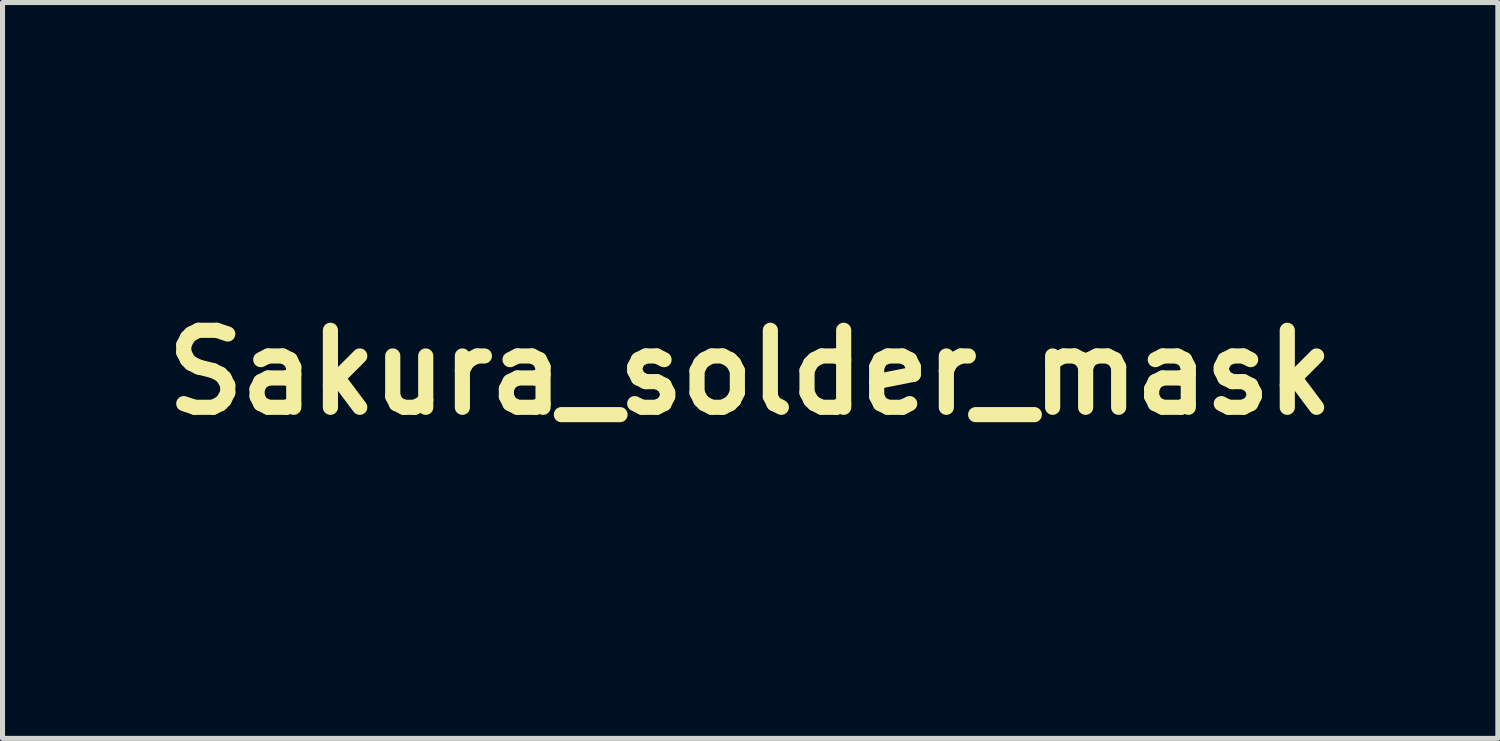
<source format=kicad_pcb>
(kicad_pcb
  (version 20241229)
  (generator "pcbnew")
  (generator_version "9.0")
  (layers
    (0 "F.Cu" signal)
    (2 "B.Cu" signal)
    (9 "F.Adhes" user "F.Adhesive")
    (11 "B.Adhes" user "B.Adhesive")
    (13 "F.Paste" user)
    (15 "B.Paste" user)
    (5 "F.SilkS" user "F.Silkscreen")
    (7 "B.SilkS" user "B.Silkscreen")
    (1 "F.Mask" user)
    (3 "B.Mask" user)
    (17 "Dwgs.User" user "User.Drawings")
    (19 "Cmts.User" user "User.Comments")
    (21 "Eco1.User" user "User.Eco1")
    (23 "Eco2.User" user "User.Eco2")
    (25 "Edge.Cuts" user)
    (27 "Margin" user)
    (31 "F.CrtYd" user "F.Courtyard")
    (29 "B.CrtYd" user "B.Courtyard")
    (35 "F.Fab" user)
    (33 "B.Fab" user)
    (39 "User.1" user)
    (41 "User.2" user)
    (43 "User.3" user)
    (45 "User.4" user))
  (footprint "Sakura_solder_mask"
    (layer "F.Cu")
    (at 11.8 4.323)
    (property "Reference" "Sakura_solder_mask" (at 0 0 0) (layer "F.SilkS") (effects (font (size 1.524 1.524) (thickness 0.3))))
    (attr through_hole)
    (fp_poly (pts (xy 2.236 0.692) (xy 2.259 0.7) (xy 2.267 0.712) (xy 2.266 0.724) (xy 2.253 0.729) (xy 2.23 0.73) (xy 2.204 0.728) (xy 2.187 0.723) (xy 2.185 0.721) (xy 2.186 0.708) (xy 2.201 0.697) (xy 2.224 0.691) (xy 2.236 0.692)) (stroke (width 0.01) (type solid)) (fill yes) (layer "F.Mask"))
    (fp_poly (pts (xy 3.886 -2.307) (xy 3.933 -2.284) (xy 3.981 -2.257) (xy 4.025 -2.227) (xy 4.063 -2.197) (xy 4.091 -2.17) (xy 4.107 -2.148) (xy 4.108 -2.141) (xy 4.1 -2.131) (xy 4.079 -2.13) (xy 4.05 -2.138) (xy 4.03 -2.146) (xy 4.008 -2.161) (xy 3.98 -2.184) (xy 3.949 -2.212) (xy 3.92 -2.242) (xy 3.896 -2.269) (xy 3.881 -2.29) (xy 3.878 -2.297) (xy 3.883 -2.308) (xy 3.886 -2.307)) (stroke (width 0.01) (type solid)) (fill yes) (layer "F.Mask"))
    (fp_poly (pts (xy 2.417 -3.402) (xy 2.422 -3.396) (xy 2.421 -3.371) (xy 2.401 -3.339) (xy 2.362 -3.301) (xy 2.351 -3.292) (xy 2.315 -3.265) (xy 2.288 -3.252) (xy 2.266 -3.252) (xy 2.242 -3.264) (xy 2.235 -3.269) (xy 2.214 -3.295) (xy 2.209 -3.323) (xy 2.21 -3.341) (xy 2.216 -3.353) (xy 2.23 -3.362) (xy 2.258 -3.371) (xy 2.277 -3.377) (xy 2.334 -3.393) (xy 2.374 -3.403) (xy 2.401 -3.406) (xy 2.417 -3.402)) (stroke (width 0.01) (type solid)) (fill yes) (layer "F.Mask"))
    (fp_poly (pts (xy 2.807 0.405) (xy 2.841 0.415) (xy 2.883 0.423) (xy 2.927 0.428) (xy 2.966 0.43) (xy 2.995 0.428) (xy 3 0.426) (xy 3.026 0.422) (xy 3.043 0.428) (xy 3.046 0.442) (xy 3.039 0.454) (xy 3.018 0.465) (xy 2.98 0.469) (xy 2.925 0.464) (xy 2.865 0.454) (xy 2.829 0.446) (xy 2.801 0.438) (xy 2.786 0.431) (xy 2.786 0.431) (xy 2.781 0.417) (xy 2.79 0.405) (xy 2.807 0.405) (xy 2.807 0.405)) (stroke (width 0.01) (type solid)) (fill yes) (layer "F.Mask"))
    (fp_poly (pts (xy 1.504 2.114) (xy 1.526 2.127) (xy 1.546 2.139) (xy 1.59 2.163) (xy 1.637 2.181) (xy 1.684 2.194) (xy 1.724 2.198) (xy 1.754 2.195) (xy 1.766 2.188) (xy 1.778 2.181) (xy 1.783 2.187) (xy 1.78 2.201) (xy 1.77 2.219) (xy 1.767 2.223) (xy 1.736 2.243) (xy 1.695 2.254) (xy 1.649 2.253) (xy 1.634 2.25) (xy 1.58 2.23) (xy 1.536 2.2) (xy 1.505 2.164) (xy 1.494 2.137) (xy 1.491 2.117) (xy 1.493 2.109) (xy 1.504 2.114)) (stroke (width 0.01) (type solid)) (fill yes) (layer "F.Mask"))
    (fp_poly (pts (xy 3.079 -3.222) (xy 3.085 -3.214) (xy 3.092 -3.2) (xy 3.089 -3.187) (xy 3.074 -3.169) (xy 3.066 -3.161) (xy 3.034 -3.129) (xy 2.997 -3.097) (xy 2.959 -3.067) (xy 2.925 -3.042) (xy 2.898 -3.025) (xy 2.882 -3.019) (xy 2.862 -3.026) (xy 2.84 -3.043) (xy 2.839 -3.044) (xy 2.815 -3.069) (xy 2.84 -3.095) (xy 2.869 -3.122) (xy 2.911 -3.152) (xy 2.957 -3.181) (xy 3.002 -3.205) (xy 3.026 -3.215) (xy 3.053 -3.225) (xy 3.069 -3.227) (xy 3.079 -3.222)) (stroke (width 0.01) (type solid)) (fill yes) (layer "F.Mask"))
    (fp_poly (pts (xy 4.177 -2.005) (xy 4.206 -1.996) (xy 4.242 -1.982) (xy 4.279 -1.967) (xy 4.313 -1.952) (xy 4.331 -1.943) (xy 4.367 -1.922) (xy 4.406 -1.897) (xy 4.444 -1.87) (xy 4.478 -1.844) (xy 4.503 -1.822) (xy 4.517 -1.806) (xy 4.518 -1.802) (xy 4.513 -1.796) (xy 4.496 -1.792) (xy 4.464 -1.79) (xy 4.415 -1.789) (xy 4.31 -1.789) (xy 4.271 -1.837) (xy 4.229 -1.89) (xy 4.196 -1.935) (xy 4.172 -1.971) (xy 4.16 -1.996) (xy 4.159 -2.008) (xy 4.162 -2.009) (xy 4.177 -2.005)) (stroke (width 0.01) (type solid)) (fill yes) (layer "F.Mask"))
    (fp_poly (pts (xy 1.09 -0.091) (xy 1.1 -0.075) (xy 1.106 -0.062) (xy 1.127 -0.033) (xy 1.155 -0.006) (xy 1.164 0.001) (xy 1.209 0.025) (xy 1.268 0.049) (xy 1.337 0.071) (xy 1.412 0.089) (xy 1.487 0.103) (xy 1.501 0.105) (xy 1.539 0.113) (xy 1.565 0.125) (xy 1.577 0.139) (xy 1.575 0.148) (xy 1.56 0.156) (xy 1.53 0.158) (xy 1.486 0.157) (xy 1.435 0.151) (xy 1.394 0.144) (xy 1.342 0.134) (xy 1.303 0.125) (xy 1.272 0.116) (xy 1.244 0.105) (xy 1.212 0.09) (xy 1.197 0.082) (xy 1.164 0.063) (xy 1.129 0.036) (xy 1.095 0.008) (xy 1.066 -0.021) (xy 1.046 -0.045) (xy 1.04 -0.06) (xy 1.047 -0.07) (xy 1.064 -0.084) (xy 1.08 -0.093) (xy 1.09 -0.091)) (stroke (width 0.01) (type solid)) (fill yes) (layer "F.Mask"))
    (fp_poly (pts (xy 3.002 -3.421) (xy 3.034 -3.417) (xy 3.051 -3.41) (xy 3.052 -3.403) (xy 3.045 -3.39) (xy 3.029 -3.37) (xy 3.003 -3.34) (xy 2.964 -3.3) (xy 2.913 -3.248) (xy 2.904 -3.239) (xy 2.857 -3.193) (xy 2.814 -3.152) (xy 2.778 -3.118) (xy 2.75 -3.094) (xy 2.733 -3.081) (xy 2.729 -3.08) (xy 2.712 -3.082) (xy 2.682 -3.089) (xy 2.646 -3.098) (xy 2.644 -3.098) (xy 2.559 -3.123) (xy 2.492 -3.148) (xy 2.446 -3.174) (xy 2.427 -3.19) (xy 2.406 -3.216) (xy 2.401 -3.237) (xy 2.412 -3.256) (xy 2.422 -3.266) (xy 2.46 -3.295) (xy 2.511 -3.322) (xy 2.576 -3.347) (xy 2.656 -3.371) (xy 2.754 -3.395) (xy 2.804 -3.405) (xy 2.855 -3.413) (xy 2.907 -3.419) (xy 2.958 -3.422) (xy 3.002 -3.421)) (stroke (width 0.01) (type solid)) (fill yes) (layer "F.Mask"))
    (fp_poly (pts (xy 3.472 -2.971) (xy 3.54 -2.957) (xy 3.583 -2.941) (xy 3.613 -2.926) (xy 3.589 -2.91) (xy 3.562 -2.889) (xy 3.533 -2.864) (xy 3.508 -2.838) (xy 3.49 -2.816) (xy 3.483 -2.802) (xy 3.483 -2.799) (xy 3.497 -2.792) (xy 3.519 -2.789) (xy 3.554 -2.784) (xy 3.582 -2.772) (xy 3.6 -2.756) (xy 3.603 -2.737) (xy 3.6 -2.732) (xy 3.587 -2.722) (xy 3.56 -2.706) (xy 3.523 -2.687) (xy 3.48 -2.666) (xy 3.435 -2.645) (xy 3.393 -2.627) (xy 3.357 -2.613) (xy 3.333 -2.605) (xy 3.329 -2.604) (xy 3.311 -2.604) (xy 3.296 -2.608) (xy 3.279 -2.619) (xy 3.255 -2.64) (xy 3.224 -2.672) (xy 3.182 -2.712) (xy 3.134 -2.754) (xy 3.088 -2.791) (xy 3.076 -2.799) (xy 3.043 -2.824) (xy 3.017 -2.847) (xy 3.001 -2.864) (xy 2.999 -2.87) (xy 3.004 -2.888) (xy 3.021 -2.904) (xy 3.05 -2.919) (xy 3.094 -2.932) (xy 3.154 -2.945) (xy 3.23 -2.958) (xy 3.317 -2.97) (xy 3.396 -2.975) (xy 3.472 -2.971)) (stroke (width 0.01) (type solid)) (fill yes) (layer "F.Mask"))
    (fp_poly (pts (xy 2.597 -0.095) (xy 2.596 -0.077) (xy 2.59 -0.045) (xy 2.578 0.003) (xy 2.575 0.013) (xy 2.567 0.056) (xy 2.561 0.111) (xy 2.559 0.162) (xy 2.561 0.219) (xy 2.569 0.266) (xy 2.585 0.306) (xy 2.611 0.346) (xy 2.65 0.39) (xy 2.682 0.422) (xy 2.761 0.498) (xy 2.754 0.542) (xy 2.737 0.604) (xy 2.705 0.674) (xy 2.66 0.748) (xy 2.604 0.821) (xy 2.551 0.882) (xy 2.514 0.914) (xy 2.485 0.928) (xy 2.46 0.925) (xy 2.451 0.918) (xy 2.442 0.905) (xy 2.442 0.89) (xy 2.451 0.871) (xy 2.472 0.844) (xy 2.506 0.806) (xy 2.511 0.801) (xy 2.565 0.739) (xy 2.611 0.679) (xy 2.646 0.625) (xy 2.668 0.579) (xy 2.675 0.554) (xy 2.677 0.532) (xy 2.674 0.514) (xy 2.664 0.495) (xy 2.643 0.47) (xy 2.632 0.457) (xy 2.577 0.384) (xy 2.541 0.311) (xy 2.53 0.275) (xy 2.523 0.232) (xy 2.52 0.178) (xy 2.521 0.119) (xy 2.525 0.064) (xy 2.533 0.025) (xy 2.546 -0.018) (xy 2.561 -0.056) (xy 2.576 -0.084) (xy 2.588 -0.099) (xy 2.591 -0.1) (xy 2.597 -0.095)) (stroke (width 0.01) (type solid)) (fill yes) (layer "F.Mask"))
    (fp_poly (pts (xy 1.468 -0.767) (xy 1.528 -0.759) (xy 1.545 -0.755) (xy 1.629 -0.726) (xy 1.708 -0.687) (xy 1.747 -0.661) (xy 1.789 -0.623) (xy 1.831 -0.572) (xy 1.868 -0.516) (xy 1.896 -0.461) (xy 1.899 -0.453) (xy 1.91 -0.422) (xy 1.914 -0.404) (xy 1.911 -0.393) (xy 1.903 -0.385) (xy 1.896 -0.378) (xy 1.891 -0.368) (xy 1.89 -0.35) (xy 1.891 -0.321) (xy 1.895 -0.277) (xy 1.897 -0.254) (xy 1.901 -0.204) (xy 1.903 -0.163) (xy 1.902 -0.136) (xy 1.9 -0.127) (xy 1.889 -0.127) (xy 1.874 -0.144) (xy 1.858 -0.179) (xy 1.84 -0.228) (xy 1.822 -0.29) (xy 1.809 -0.34) (xy 1.798 -0.38) (xy 1.786 -0.408) (xy 1.77 -0.431) (xy 1.745 -0.455) (xy 1.742 -0.458) (xy 1.701 -0.492) (xy 1.659 -0.52) (xy 1.62 -0.541) (xy 1.587 -0.553) (xy 1.563 -0.555) (xy 1.554 -0.55) (xy 1.556 -0.537) (xy 1.569 -0.515) (xy 1.579 -0.501) (xy 1.605 -0.463) (xy 1.627 -0.422) (xy 1.643 -0.384) (xy 1.649 -0.355) (xy 1.649 -0.354) (xy 1.644 -0.337) (xy 1.626 -0.322) (xy 1.592 -0.306) (xy 1.577 -0.3) (xy 1.556 -0.289) (xy 1.551 -0.273) (xy 1.561 -0.249) (xy 1.569 -0.235) (xy 1.583 -0.211) (xy 1.589 -0.191) (xy 1.589 -0.19) (xy 1.581 -0.167) (xy 1.56 -0.14) (xy 1.53 -0.111) (xy 1.495 -0.086) (xy 1.477 -0.076) (xy 1.448 -0.063) (xy 1.421 -0.055) (xy 1.388 -0.051) (xy 1.343 -0.05) (xy 1.334 -0.05) (xy 1.287 -0.051) (xy 1.252 -0.054) (xy 1.224 -0.062) (xy 1.196 -0.074) (xy 1.193 -0.075) (xy 1.155 -0.097) (xy 1.117 -0.124) (xy 1.102 -0.135) (xy 1.078 -0.154) (xy 1.063 -0.161) (xy 1.056 -0.156) (xy 1.056 -0.155) (xy 1.043 -0.142) (xy 1.035 -0.14) (xy 1.023 -0.148) (xy 1.02 -0.165) (xy 1.024 -0.185) (xy 1.035 -0.198) (xy 1.043 -0.204) (xy 1.046 -0.216) (xy 1.046 -0.238) (xy 1.043 -0.273) (xy 1.04 -0.296) (xy 1.036 -0.328) (xy 1.162 -0.328) (xy 1.165 -0.309) (xy 1.185 -0.251) (xy 1.218 -0.2) (xy 1.258 -0.162) (xy 1.265 -0.158) (xy 1.287 -0.145) (xy 1.303 -0.141) (xy 1.32 -0.147) (xy 1.338 -0.156) (xy 1.364 -0.173) (xy 1.37 -0.191) (xy 1.356 -0.206) (xy 1.324 -0.219) (xy 1.319 -0.22) (xy 1.275 -0.236) (xy 1.246 -0.262) (xy 1.232 -0.299) (xy 1.23 -0.336) (xy 1.228 -0.366) (xy 1.224 -0.388) (xy 1.221 -0.394) (xy 1.21 -0.391) (xy 1.191 -0.376) (xy 1.185 -0.37) (xy 1.167 -0.348) (xy 1.162 -0.328) (xy 1.036 -0.328) (xy 1.034 -0.343) (xy 1.027 -0.39) (xy 1.02 -0.428) (xy 1.019 -0.435) (xy 1.013 -0.465) (xy 1.279 -0.465) (xy 1.283 -0.446) (xy 1.295 -0.441) (xy 1.302 -0.442) (xy 1.321 -0.452) (xy 1.324 -0.465) (xy 1.316 -0.483) (xy 1.302 -0.488) (xy 1.285 -0.487) (xy 1.28 -0.473) (xy 1.279 -0.465) (xy 1.013 -0.465) (xy 1.012 -0.47) (xy 1.005 -0.502) (xy 1.003 -0.512) (xy 1.003 -0.534) (xy 1.014 -0.557) (xy 1.029 -0.576) (xy 1.054 -0.609) (xy 1.076 -0.647) (xy 1.08 -0.656) (xy 1.095 -0.684) (xy 1.11 -0.698) (xy 1.115 -0.7) (xy 1.126 -0.694) (xy 1.125 -0.68) (xy 1.123 -0.667) (xy 1.132 -0.661) (xy 1.155 -0.66) (xy 1.179 -0.662) (xy 1.188 -0.669) (xy 1.188 -0.677) (xy 1.176 -0.692) (xy 1.162 -0.698) (xy 1.143 -0.705) (xy 1.143 -0.706) (xy 1.396 -0.706) (xy 1.406 -0.702) (xy 1.414 -0.7) (xy 1.442 -0.697) (xy 1.462 -0.699) (xy 1.469 -0.706) (xy 1.461 -0.708) (xy 1.438 -0.709) (xy 1.427 -0.709) (xy 1.402 -0.708) (xy 1.396 -0.706) (xy 1.143 -0.706) (xy 1.143 -0.717) (xy 1.16 -0.73) (xy 1.204 -0.747) (xy 1.262 -0.759) (xy 1.329 -0.767) (xy 1.4 -0.77) (xy 1.468 -0.767)) (stroke (width 0.01) (type solid)) (fill yes) (layer "F.Mask"))
    (fp_poly (pts (xy 1.503 0.82) (xy 1.508 0.834) (xy 1.501 0.862) (xy 1.5 0.864) (xy 1.495 0.894) (xy 1.508 0.913) (xy 1.536 0.92) (xy 1.538 0.92) (xy 1.56 0.922) (xy 1.595 0.926) (xy 1.637 0.933) (xy 1.649 0.935) (xy 1.713 0.946) (xy 1.779 0.958) (xy 1.844 0.97) (xy 1.904 0.981) (xy 1.953 0.991) (xy 1.988 0.998) (xy 1.994 0.999) (xy 2.167 1.037) (xy 2.179 1.039) (xy 2.219 1.048) (xy 2.258 1.056) (xy 2.274 1.06) (xy 2.304 1.066) (xy 2.345 1.075) (xy 2.388 1.085) (xy 2.389 1.085) (xy 2.428 1.094) (xy 2.46 1.101) (xy 2.48 1.106) (xy 2.482 1.106) (xy 2.497 1.117) (xy 2.496 1.136) (xy 2.478 1.161) (xy 2.452 1.185) (xy 2.381 1.249) (xy 2.307 1.329) (xy 2.234 1.419) (xy 2.164 1.518) (xy 2.1 1.62) (xy 2.061 1.689) (xy 2.004 1.793) (xy 1.951 1.878) (xy 1.901 1.944) (xy 1.854 1.992) (xy 1.842 2.002) (xy 1.797 2.024) (xy 1.745 2.03) (xy 1.69 2.021) (xy 1.649 2.004) (xy 1.59 1.96) (xy 1.535 1.898) (xy 1.487 1.818) (xy 1.444 1.719) (xy 1.406 1.601) (xy 1.373 1.464) (xy 1.364 1.418) (xy 1.356 1.362) (xy 1.349 1.306) (xy 1.41 1.306) (xy 1.412 1.337) (xy 1.419 1.368) (xy 1.426 1.399) (xy 1.435 1.438) (xy 1.44 1.464) (xy 1.467 1.581) (xy 1.499 1.684) (xy 1.535 1.774) (xy 1.575 1.848) (xy 1.617 1.906) (xy 1.661 1.946) (xy 1.705 1.967) (xy 1.74 1.975) (xy 1.766 1.977) (xy 1.79 1.971) (xy 1.815 1.96) (xy 1.861 1.929) (xy 1.901 1.879) (xy 1.922 1.839) (xy 1.943 1.791) (xy 1.956 1.758) (xy 1.962 1.736) (xy 1.963 1.723) (xy 1.959 1.714) (xy 1.955 1.699) (xy 1.956 1.669) (xy 1.964 1.622) (xy 1.966 1.615) (xy 1.974 1.568) (xy 1.976 1.537) (xy 1.97 1.518) (xy 1.955 1.509) (xy 1.929 1.506) (xy 1.917 1.505) (xy 1.874 1.504) (xy 1.869 1.634) (xy 1.867 1.689) (xy 1.864 1.726) (xy 1.86 1.749) (xy 1.856 1.761) (xy 1.849 1.764) (xy 1.842 1.76) (xy 1.836 1.746) (xy 1.832 1.719) (xy 1.828 1.675) (xy 1.828 1.663) (xy 1.815 1.573) (xy 1.791 1.496) (xy 1.756 1.434) (xy 1.71 1.388) (xy 1.654 1.357) (xy 1.627 1.35) (xy 1.588 1.344) (xy 1.567 1.349) (xy 1.563 1.363) (xy 1.568 1.378) (xy 1.579 1.401) (xy 1.577 1.41) (xy 1.563 1.404) (xy 1.536 1.382) (xy 1.502 1.349) (xy 1.463 1.314) (xy 1.434 1.295) (xy 1.417 1.292) (xy 1.41 1.306) (xy 1.349 1.306) (xy 1.349 1.302) (xy 1.342 1.241) (xy 1.337 1.182) (xy 1.334 1.131) (xy 1.333 1.089) (xy 1.334 1.062) (xy 1.335 1.056) (xy 1.335 1.04) (xy 1.331 1.036) (xy 1.322 1.039) (xy 1.316 1.051) (xy 1.305 1.067) (xy 1.293 1.068) (xy 1.282 1.062) (xy 1.277 1.049) (xy 1.277 1.023) (xy 1.278 1.01) (xy 1.28 1.001) (xy 1.391 1.001) (xy 1.395 1.025) (xy 1.418 1.049) (xy 1.423 1.053) (xy 1.48 1.089) (xy 1.555 1.124) (xy 1.648 1.158) (xy 1.756 1.191) (xy 1.878 1.222) (xy 2.013 1.25) (xy 2.119 1.269) (xy 2.163 1.276) (xy 2.193 1.278) (xy 2.216 1.275) (xy 2.234 1.27) (xy 2.257 1.256) (xy 2.284 1.234) (xy 2.312 1.208) (xy 2.336 1.18) (xy 2.352 1.157) (xy 2.357 1.142) (xy 2.345 1.127) (xy 2.319 1.118) (xy 2.296 1.114) (xy 2.258 1.106) (xy 2.211 1.096) (xy 2.164 1.085) (xy 2.049 1.061) (xy 1.931 1.037) (xy 1.814 1.014) (xy 1.702 0.994) (xy 1.6 0.978) (xy 1.512 0.965) (xy 1.486 0.961) (xy 1.45 0.957) (xy 1.428 0.957) (xy 1.414 0.962) (xy 1.405 0.972) (xy 1.404 0.973) (xy 1.391 1.001) (xy 1.28 1.001) (xy 1.291 0.95) (xy 1.321 0.901) (xy 1.368 0.861) (xy 1.433 0.831) (xy 1.448 0.826) (xy 1.483 0.818) (xy 1.503 0.82)) (stroke (width 0.01) (type solid)) (fill yes) (layer "F.Mask"))
    (fp_poly (pts (xy 1.565 -4.316) (xy 1.568 -4.303) (xy 1.566 -4.286) (xy 1.564 -4.268) (xy 1.562 -4.232) (xy 1.56 -4.183) (xy 1.558 -4.122) (xy 1.556 -4.052) (xy 1.554 -3.976) (xy 1.553 -3.957) (xy 1.546 -3.66) (xy 1.573 -3.636) (xy 1.596 -3.621) (xy 1.63 -3.604) (xy 1.67 -3.589) (xy 1.671 -3.589) (xy 1.742 -3.566) (xy 1.813 -3.589) (xy 1.852 -3.601) (xy 1.886 -3.612) (xy 1.909 -3.619) (xy 1.909 -3.619) (xy 1.929 -3.625) (xy 1.963 -3.634) (xy 2.006 -3.645) (xy 2.039 -3.653) (xy 2.086 -3.665) (xy 2.13 -3.676) (xy 2.164 -3.685) (xy 2.179 -3.688) (xy 2.211 -3.696) (xy 2.249 -3.705) (xy 2.264 -3.709) (xy 2.302 -3.717) (xy 2.338 -3.726) (xy 2.349 -3.729) (xy 2.376 -3.735) (xy 2.415 -3.744) (xy 2.457 -3.753) (xy 2.459 -3.754) (xy 2.505 -3.767) (xy 2.562 -3.789) (xy 2.628 -3.818) (xy 2.699 -3.853) (xy 2.773 -3.891) (xy 2.846 -3.932) (xy 2.914 -3.972) (xy 2.975 -4.011) (xy 3.026 -4.047) (xy 3.064 -4.077) (xy 3.078 -4.092) (xy 3.094 -4.105) (xy 3.11 -4.108) (xy 3.119 -4.099) (xy 3.119 -4.097) (xy 3.113 -4.085) (xy 3.097 -4.06) (xy 3.073 -4.024) (xy 3.042 -3.981) (xy 3.008 -3.934) (xy 2.971 -3.886) (xy 2.934 -3.838) (xy 2.915 -3.813) (xy 2.89 -3.781) (xy 2.871 -3.755) (xy 2.86 -3.738) (xy 2.859 -3.735) (xy 2.868 -3.731) (xy 2.893 -3.73) (xy 2.929 -3.731) (xy 2.972 -3.733) (xy 3.018 -3.737) (xy 3.063 -3.742) (xy 3.102 -3.748) (xy 3.109 -3.749) (xy 3.151 -3.758) (xy 3.201 -3.769) (xy 3.254 -3.781) (xy 3.306 -3.792) (xy 3.352 -3.803) (xy 3.388 -3.812) (xy 3.409 -3.818) (xy 3.434 -3.826) (xy 3.467 -3.836) (xy 3.479 -3.839) (xy 3.523 -3.852) (xy 3.578 -3.87) (xy 3.64 -3.89) (xy 3.704 -3.911) (xy 3.765 -3.932) (xy 3.817 -3.951) (xy 3.856 -3.966) (xy 3.863 -3.969) (xy 3.936 -3.998) (xy 3.998 -4.021) (xy 4.05 -4.039) (xy 4.088 -4.05) (xy 4.111 -4.055) (xy 4.118 -4.052) (xy 4.112 -4.039) (xy 4.096 -4.014) (xy 4.072 -3.981) (xy 4.042 -3.941) (xy 4.034 -3.931) (xy 4.004 -3.892) (xy 3.979 -3.857) (xy 3.962 -3.832) (xy 3.955 -3.818) (xy 3.955 -3.816) (xy 3.965 -3.817) (xy 3.986 -3.827) (xy 4.002 -3.837) (xy 4.03 -3.856) (xy 4.07 -3.881) (xy 4.118 -3.911) (xy 4.168 -3.942) (xy 4.217 -3.971) (xy 4.258 -3.995) (xy 4.27 -4.002) (xy 4.3 -4.016) (xy 4.316 -4.016) (xy 4.317 -4.002) (xy 4.304 -3.976) (xy 4.281 -3.943) (xy 4.257 -3.911) (xy 4.228 -3.875) (xy 4.2 -3.84) (xy 4.175 -3.809) (xy 4.156 -3.787) (xy 4.149 -3.779) (xy 4.14 -3.769) (xy 4.122 -3.749) (xy 4.095 -3.719) (xy 4.064 -3.684) (xy 4.064 -3.684) (xy 4.023 -3.638) (xy 3.975 -3.586) (xy 3.926 -3.534) (xy 3.893 -3.499) (xy 3.83 -3.434) (xy 3.781 -3.382) (xy 3.743 -3.341) (xy 3.715 -3.31) (xy 3.696 -3.288) (xy 3.684 -3.273) (xy 3.679 -3.264) (xy 3.679 -3.261) (xy 3.68 -3.25) (xy 3.681 -3.249) (xy 3.692 -3.246) (xy 3.715 -3.238) (xy 3.743 -3.228) (xy 3.795 -3.213) (xy 3.863 -3.196) (xy 3.943 -3.18) (xy 4.031 -3.165) (xy 4.123 -3.151) (xy 4.215 -3.138) (xy 4.302 -3.129) (xy 4.382 -3.122) (xy 4.449 -3.119) (xy 4.461 -3.119) (xy 4.503 -3.118) (xy 4.528 -3.114) (xy 4.538 -3.108) (xy 4.538 -3.106) (xy 4.53 -3.095) (xy 4.509 -3.077) (xy 4.48 -3.055) (xy 4.471 -3.049) (xy 4.401 -3.001) (xy 4.329 -2.951) (xy 4.256 -2.898) (xy 4.186 -2.847) (xy 4.12 -2.797) (xy 4.061 -2.751) (xy 4.012 -2.712) (xy 3.974 -2.679) (xy 3.951 -2.658) (xy 3.938 -2.638) (xy 3.936 -2.624) (xy 3.936 -2.623) (xy 3.951 -2.616) (xy 3.983 -2.608) (xy 4.028 -2.602) (xy 4.085 -2.597) (xy 4.15 -2.592) (xy 4.22 -2.59) (xy 4.282 -2.589) (xy 4.343 -2.589) (xy 4.386 -2.588) (xy 4.415 -2.586) (xy 4.431 -2.582) (xy 4.438 -2.577) (xy 4.438 -2.575) (xy 4.429 -2.564) (xy 4.406 -2.552) (xy 4.386 -2.545) (xy 4.348 -2.533) (xy 4.31 -2.522) (xy 4.296 -2.517) (xy 4.272 -2.507) (xy 4.259 -2.497) (xy 4.259 -2.495) (xy 4.268 -2.48) (xy 4.293 -2.459) (xy 4.334 -2.431) (xy 4.387 -2.4) (xy 4.451 -2.364) (xy 4.453 -2.363) (xy 4.54 -2.316) (xy 4.615 -2.272) (xy 4.682 -2.227) (xy 4.748 -2.178) (xy 4.803 -2.134) (xy 4.843 -2.1) (xy 4.886 -2.061) (xy 4.929 -2.021) (xy 4.97 -1.981) (xy 5.007 -1.945) (xy 5.037 -1.913) (xy 5.057 -1.889) (xy 5.066 -1.876) (xy 5.066 -1.873) (xy 5.055 -1.875) (xy 5.03 -1.883) (xy 4.997 -1.897) (xy 4.987 -1.902) (xy 4.934 -1.926) (xy 4.896 -1.943) (xy 4.872 -1.953) (xy 4.857 -1.956) (xy 4.851 -1.955) (xy 4.851 -1.955) (xy 4.853 -1.945) (xy 4.863 -1.92) (xy 4.879 -1.885) (xy 4.899 -1.841) (xy 4.906 -1.827) (xy 4.944 -1.748) (xy 4.978 -1.673) (xy 5.006 -1.606) (xy 5.029 -1.547) (xy 5.046 -1.5) (xy 5.055 -1.465) (xy 5.057 -1.444) (xy 5.053 -1.439) (xy 5.042 -1.445) (xy 5.02 -1.458) (xy 4.991 -1.477) (xy 4.99 -1.478) (xy 4.89 -1.539) (xy 4.795 -1.583) (xy 4.709 -1.61) (xy 4.629 -1.619) (xy 4.629 -1.619) (xy 4.597 -1.618) (xy 4.575 -1.614) (xy 4.568 -1.61) (xy 4.576 -1.601) (xy 4.597 -1.583) (xy 4.627 -1.559) (xy 4.656 -1.538) (xy 4.713 -1.494) (xy 4.77 -1.445) (xy 4.822 -1.395) (xy 4.866 -1.347) (xy 4.9 -1.304) (xy 4.916 -1.276) (xy 4.931 -1.241) (xy 4.938 -1.214) (xy 4.936 -1.201) (xy 4.933 -1.2) (xy 4.923 -1.205) (xy 4.9 -1.218) (xy 4.869 -1.237) (xy 4.856 -1.246) (xy 4.819 -1.268) (xy 4.776 -1.293) (xy 4.731 -1.318) (xy 4.686 -1.341) (xy 4.647 -1.36) (xy 4.617 -1.374) (xy 4.599 -1.379) (xy 4.599 -1.379) (xy 4.591 -1.377) (xy 4.59 -1.368) (xy 4.596 -1.35) (xy 4.609 -1.321) (xy 4.631 -1.278) (xy 4.653 -1.233) (xy 4.679 -1.178) (xy 4.705 -1.12) (xy 4.723 -1.08) (xy 4.742 -1.034) (xy 4.759 -0.993) (xy 4.772 -0.962) (xy 4.779 -0.945) (xy 4.779 -0.945) (xy 4.79 -0.916) (xy 4.805 -0.874) (xy 4.822 -0.821) (xy 4.84 -0.764) (xy 4.857 -0.707) (xy 4.873 -0.655) (xy 4.883 -0.618) (xy 4.894 -0.575) (xy 4.904 -0.538) (xy 4.911 -0.511) (xy 4.913 -0.503) (xy 4.913 -0.484) (xy 4.904 -0.472) (xy 4.889 -0.475) (xy 4.887 -0.477) (xy 4.88 -0.49) (xy 4.868 -0.518) (xy 4.854 -0.556) (xy 4.842 -0.591) (xy 4.827 -0.636) (xy 4.813 -0.675) (xy 4.803 -0.705) (xy 4.798 -0.717) (xy 4.786 -0.746) (xy 4.779 -0.762) (xy 4.747 -0.838) (xy 4.708 -0.921) (xy 4.666 -1.005) (xy 4.624 -1.081) (xy 4.6 -1.123) (xy 4.57 -1.17) (xy 4.533 -1.223) (xy 4.493 -1.277) (xy 4.454 -1.328) (xy 4.418 -1.372) (xy 4.389 -1.404) (xy 4.383 -1.409) (xy 4.362 -1.429) (xy 4.352 -1.436) (xy 4.351 -1.43) (xy 4.353 -1.419) (xy 4.365 -1.392) (xy 4.378 -1.369) (xy 4.391 -1.348) (xy 4.409 -1.314) (xy 4.432 -1.27) (xy 4.455 -1.222) (xy 4.478 -1.174) (xy 4.498 -1.131) (xy 4.512 -1.1) (xy 4.524 -1.068) (xy 4.536 -1.042) (xy 4.539 -1.035) (xy 4.557 -0.99) (xy 4.577 -0.93) (xy 4.598 -0.858) (xy 4.619 -0.781) (xy 4.638 -0.701) (xy 4.655 -0.623) (xy 4.66 -0.595) (xy 4.666 -0.554) (xy 4.67 -0.498) (xy 4.673 -0.433) (xy 4.675 -0.363) (xy 4.676 -0.292) (xy 4.675 -0.227) (xy 4.673 -0.172) (xy 4.669 -0.131) (xy 4.669 -0.13) (xy 4.656 -0.048) (xy 4.646 0.017) (xy 4.638 0.066) (xy 4.631 0.102) (xy 4.626 0.127) (xy 4.622 0.142) (xy 4.617 0.151) (xy 4.613 0.154) (xy 4.607 0.155) (xy 4.603 0.155) (xy 4.593 0.153) (xy 4.586 0.143) (xy 4.581 0.122) (xy 4.577 0.086) (xy 4.576 0.078) (xy 4.569 0.024) (xy 4.556 -0.037) (xy 4.541 -0.098) (xy 4.525 -0.15) (xy 4.519 -0.165) (xy 4.51 -0.186) (xy 4.497 -0.216) (xy 4.492 -0.229) (xy 4.475 -0.265) (xy 4.455 -0.301) (xy 4.436 -0.332) (xy 4.419 -0.353) (xy 4.408 -0.36) (xy 4.404 -0.35) (xy 4.4 -0.322) (xy 4.398 -0.278) (xy 4.398 -0.232) (xy 4.396 -0.158) (xy 4.394 -0.102) (xy 4.39 -0.061) (xy 4.384 -0.034) (xy 4.375 -0.019) (xy 4.364 -0.012) (xy 4.363 -0.012) (xy 4.352 -0.013) (xy 4.343 -0.023) (xy 4.337 -0.046) (xy 4.331 -0.072) (xy 4.312 -0.139) (xy 4.279 -0.213) (xy 4.236 -0.29) (xy 4.193 -0.352) (xy 4.16 -0.395) (xy 4.137 -0.422) (xy 4.122 -0.433) (xy 4.114 -0.429) (xy 4.111 -0.409) (xy 4.113 -0.375) (xy 4.113 -0.373) (xy 4.118 -0.326) (xy 4.124 -0.272) (xy 4.129 -0.23) (xy 4.134 -0.174) (xy 4.138 -0.111) (xy 4.139 -0.047) (xy 4.138 0.017) (xy 4.136 0.078) (xy 4.132 0.13) (xy 4.127 0.173) (xy 4.12 0.202) (xy 4.112 0.214) (xy 4.104 0.216) (xy 4.098 0.213) (xy 4.094 0.203) (xy 4.09 0.181) (xy 4.086 0.147) (xy 4.081 0.096) (xy 4.08 0.077) (xy 4.073 0.022) (xy 4.065 -0.035) (xy 4.055 -0.085) (xy 4.048 -0.113) (xy 4.032 -0.159) (xy 4.012 -0.208) (xy 3.989 -0.257) (xy 3.965 -0.302) (xy 3.941 -0.34) (xy 3.92 -0.37) (xy 3.903 -0.386) (xy 3.892 -0.387) (xy 3.889 -0.374) (xy 3.884 -0.346) (xy 3.88 -0.308) (xy 3.878 -0.277) (xy 3.869 -0.178) (xy 3.86 -0.097) (xy 3.849 -0.034) (xy 3.836 0.011) (xy 3.823 0.038) (xy 3.808 0.045) (xy 3.793 0.034) (xy 3.784 0.018) (xy 3.768 -0.011) (xy 3.747 -0.051) (xy 3.724 -0.096) (xy 3.701 -0.144) (xy 3.679 -0.189) (xy 3.66 -0.228) (xy 3.647 -0.257) (xy 3.647 -0.257) (xy 3.636 -0.279) (xy 3.627 -0.29) (xy 3.626 -0.29) (xy 3.62 -0.281) (xy 3.619 -0.258) (xy 3.623 -0.227) (xy 3.628 -0.201) (xy 3.634 -0.177) (xy 3.644 -0.14) (xy 3.656 -0.093) (xy 3.669 -0.042) (xy 3.669 -0.04) (xy 3.69 0.038) (xy 3.714 0.115) (xy 3.738 0.185) (xy 3.762 0.247) (xy 3.785 0.294) (xy 3.795 0.312) (xy 3.813 0.347) (xy 3.817 0.368) (xy 3.807 0.375) (xy 3.785 0.368) (xy 3.756 0.347) (xy 3.722 0.321) (xy 3.681 0.291) (xy 3.636 0.26) (xy 3.591 0.229) (xy 3.547 0.201) (xy 3.509 0.177) (xy 3.479 0.159) (xy 3.459 0.149) (xy 3.454 0.149) (xy 3.45 0.161) (xy 3.442 0.19) (xy 3.432 0.23) (xy 3.421 0.278) (xy 3.418 0.291) (xy 3.403 0.354) (xy 3.391 0.402) (xy 3.382 0.44) (xy 3.373 0.473) (xy 3.364 0.506) (xy 3.359 0.525) (xy 3.349 0.559) (xy 3.34 0.592) (xy 3.325 0.644) (xy 3.307 0.702) (xy 3.289 0.759) (xy 3.272 0.809) (xy 3.259 0.845) (xy 3.208 0.971) (xy 3.161 1.08) (xy 3.117 1.175) (xy 3.075 1.259) (xy 3.032 1.334) (xy 2.987 1.403) (xy 2.939 1.468) (xy 2.886 1.532) (xy 2.827 1.597) (xy 2.805 1.619) (xy 2.679 1.749) (xy 2.561 1.87) (xy 2.45 1.982) (xy 2.348 2.084) (xy 2.255 2.176) (xy 2.172 2.256) (xy 2.099 2.325) (xy 2.037 2.381) (xy 1.987 2.424) (xy 1.949 2.454) (xy 1.937 2.462) (xy 1.918 2.477) (xy 1.909 2.488) (xy 1.909 2.489) (xy 1.917 2.498) (xy 1.938 2.514) (xy 1.967 2.532) (xy 1.995 2.549) (xy 2.036 2.574) (xy 2.084 2.605) (xy 2.137 2.639) (xy 2.169 2.659) (xy 2.237 2.702) (xy 2.291 2.733) (xy 2.332 2.752) (xy 2.358 2.761) (xy 2.415 2.78) (xy 2.476 2.815) (xy 2.539 2.866) (xy 2.57 2.896) (xy 2.607 2.932) (xy 2.635 2.952) (xy 2.656 2.959) (xy 2.656 2.959) (xy 2.685 2.965) (xy 2.726 2.981) (xy 2.773 3.006) (xy 2.825 3.037) (xy 2.875 3.071) (xy 2.889 3.082) (xy 2.931 3.113) (xy 2.981 3.15) (xy 3.033 3.186) (xy 3.059 3.203) (xy 3.099 3.231) (xy 3.135 3.256) (xy 3.162 3.276) (xy 3.174 3.286) (xy 3.24 3.342) (xy 3.297 3.386) (xy 3.349 3.42) (xy 3.389 3.443) (xy 3.484 3.496) (xy 3.575 3.558) (xy 3.661 3.626) (xy 3.737 3.696) (xy 3.799 3.767) (xy 3.838 3.823) (xy 3.861 3.859) (xy 3.885 3.893) (xy 3.9 3.914) (xy 3.916 3.94) (xy 3.935 3.977) (xy 3.955 4.019) (xy 3.959 4.029) (xy 3.975 4.068) (xy 3.987 4.092) (xy 3.997 4.103) (xy 4.007 4.105) (xy 4.012 4.104) (xy 4.056 4.094) (xy 4.114 4.084) (xy 4.18 4.077) (xy 4.233 4.072) (xy 4.267 4.071) (xy 4.296 4.071) (xy 4.325 4.073) (xy 4.357 4.078) (xy 4.398 4.087) (xy 4.45 4.1) (xy 4.498 4.112) (xy 4.582 4.134) (xy 4.652 4.152) (xy 4.711 4.168) (xy 4.765 4.182) (xy 4.819 4.197) (xy 4.828 4.2) (xy 4.859 4.208) (xy 4.885 4.215) (xy 4.886 4.215) (xy 4.903 4.223) (xy 4.908 4.23) (xy 4.898 4.234) (xy 4.871 4.236) (xy 4.828 4.237) (xy 4.771 4.236) (xy 4.766 4.236) (xy 4.697 4.233) (xy 4.643 4.228) (xy 4.598 4.221) (xy 4.557 4.211) (xy 4.548 4.209) (xy 4.468 4.186) (xy 4.402 4.169) (xy 4.347 4.158) (xy 4.298 4.152) (xy 4.25 4.151) (xy 4.208 4.153) (xy 4.14 4.159) (xy 4.079 4.168) (xy 4.03 4.18) (xy 3.994 4.193) (xy 3.98 4.203) (xy 3.973 4.212) (xy 3.977 4.216) (xy 3.996 4.218) (xy 4.017 4.218) (xy 4.048 4.22) (xy 4.063 4.225) (xy 4.063 4.228) (xy 4.052 4.231) (xy 4.024 4.233) (xy 3.98 4.235) (xy 3.924 4.236) (xy 3.858 4.237) (xy 3.785 4.238) (xy 3.706 4.239) (xy 3.624 4.239) (xy 3.542 4.239) (xy 3.462 4.238) (xy 3.386 4.237) (xy 3.318 4.236) (xy 3.258 4.235) (xy 3.211 4.233) (xy 3.177 4.231) (xy 3.16 4.228) (xy 3.159 4.227) (xy 3.164 4.21) (xy 3.177 4.181) (xy 3.197 4.145) (xy 3.219 4.105) (xy 3.243 4.068) (xy 3.264 4.036) (xy 3.267 4.034) (xy 3.318 3.982) (xy 3.361 3.955) (xy 3.418 3.926) (xy 3.398 3.898) (xy 3.376 3.871) (xy 3.346 3.841) (xy 3.313 3.812) (xy 3.281 3.786) (xy 3.254 3.767) (xy 3.235 3.759) (xy 3.234 3.759) (xy 3.184 3.766) (xy 3.131 3.787) (xy 3.08 3.818) (xy 3.061 3.833) (xy 3.014 3.886) (xy 2.974 3.952) (xy 2.941 4.034) (xy 2.923 4.093) (xy 2.912 4.138) (xy 2.905 4.167) (xy 2.904 4.186) (xy 2.906 4.198) (xy 2.913 4.208) (xy 2.925 4.224) (xy 2.929 4.232) (xy 2.92 4.236) (xy 2.895 4.238) (xy 2.861 4.239) (xy 2.821 4.238) (xy 2.78 4.236) (xy 2.743 4.232) (xy 2.715 4.228) (xy 2.703 4.224) (xy 2.614 4.183) (xy 2.537 4.153) (xy 2.466 4.131) (xy 2.399 4.118) (xy 2.329 4.111) (xy 2.274 4.11) (xy 2.217 4.108) (xy 2.174 4.105) (xy 2.136 4.098) (xy 2.097 4.087) (xy 2.092 4.085) (xy 2.021 4.058) (xy 1.961 4.026) (xy 1.944 4.013) (xy 2.149 4.013) (xy 2.153 4.022) (xy 2.169 4.027) (xy 2.199 4.028) (xy 2.214 4.028) (xy 2.251 4.027) (xy 2.271 4.024) (xy 2.279 4.017) (xy 2.279 4.015) (xy 2.489 4.015) (xy 2.497 4.028) (xy 2.517 4.037) (xy 2.525 4.038) (xy 2.54 4.032) (xy 2.547 4.026) (xy 2.554 4.011) (xy 2.558 3.986) (xy 2.559 3.96) (xy 2.556 3.938) (xy 2.549 3.928) (xy 2.549 3.928) (xy 2.542 3.937) (xy 2.539 3.959) (xy 2.539 3.963) (xy 2.537 3.987) (xy 2.529 3.997) (xy 2.514 3.998) (xy 2.494 4.003) (xy 2.489 4.015) (xy 2.279 4.015) (xy 2.279 4.013) (xy 2.275 4.005) (xy 2.259 4) (xy 2.229 3.999) (xy 2.214 3.998) (xy 2.178 3.999) (xy 2.157 4.003) (xy 2.15 4.01) (xy 2.149 4.013) (xy 1.944 4.013) (xy 1.908 3.986) (xy 1.859 3.937) (xy 1.813 3.876) (xy 1.765 3.799) (xy 1.735 3.744) (xy 1.699 3.679) (xy 1.671 3.631) (xy 1.649 3.599) (xy 1.646 3.597) (xy 1.78 3.597) (xy 1.787 3.61) (xy 1.798 3.619) (xy 1.814 3.637) (xy 1.816 3.659) (xy 1.814 3.67) (xy 1.811 3.691) (xy 1.816 3.697) (xy 1.821 3.696) (xy 1.83 3.684) (xy 1.835 3.666) (xy 1.878 3.666) (xy 1.881 3.691) (xy 1.891 3.717) (xy 1.902 3.745) (xy 1.904 3.761) (xy 1.899 3.771) (xy 1.895 3.774) (xy 1.888 3.783) (xy 1.889 3.795) (xy 1.9 3.818) (xy 1.907 3.831) (xy 1.951 3.892) (xy 2.006 3.953) (xy 2.038 3.981) (xy 2.067 4.001) (xy 2.086 4.004) (xy 2.096 3.991) (xy 2.091 3.981) (xy 2.077 3.975) (xy 2.057 3.964) (xy 2.029 3.943) (xy 2.02 3.935) (xy 2.161 3.935) (xy 2.163 3.945) (xy 2.171 3.956) (xy 2.181 3.95) (xy 2.188 3.936) (xy 2.181 3.927) (xy 2.168 3.92) (xy 2.163 3.921) (xy 2.161 3.935) (xy 2.02 3.935) (xy 1.998 3.914) (xy 1.966 3.882) (xy 1.939 3.851) (xy 1.936 3.848) (xy 2.035 3.848) (xy 2.04 3.88) (xy 2.043 3.887) (xy 2.05 3.896) (xy 2.058 3.895) (xy 2.074 3.883) (xy 2.077 3.88) (xy 2.093 3.855) (xy 2.096 3.828) (xy 2.097 3.804) (xy 2.106 3.793) (xy 2.117 3.79) (xy 2.133 3.785) (xy 2.137 3.773) (xy 2.134 3.755) (xy 2.13 3.742) (xy 2.169 3.742) (xy 2.178 3.756) (xy 2.194 3.759) (xy 2.213 3.755) (xy 2.219 3.749) (xy 2.212 3.739) (xy 2.21 3.739) (xy 2.193 3.735) (xy 2.185 3.732) (xy 2.172 3.733) (xy 2.169 3.742) (xy 2.13 3.742) (xy 2.128 3.731) (xy 2.123 3.716) (xy 2.122 3.716) (xy 2.111 3.709) (xy 2.1 3.715) (xy 2.099 3.721) (xy 2.093 3.736) (xy 2.078 3.759) (xy 2.068 3.772) (xy 2.045 3.81) (xy 2.035 3.848) (xy 1.936 3.848) (xy 1.918 3.824) (xy 1.909 3.805) (xy 1.909 3.803) (xy 1.915 3.79) (xy 1.928 3.793) (xy 1.937 3.801) (xy 1.953 3.807) (xy 1.966 3.797) (xy 1.974 3.777) (xy 1.973 3.751) (xy 1.964 3.727) (xy 1.947 3.718) (xy 1.941 3.717) (xy 1.921 3.709) (xy 1.911 3.696) (xy 1.912 3.688) (xy 2.247 3.688) (xy 2.249 3.707) (xy 2.256 3.727) (xy 2.269 3.75) (xy 2.284 3.755) (xy 2.287 3.755) (xy 2.31 3.748) (xy 2.332 3.743) (xy 2.354 3.734) (xy 2.357 3.725) (xy 2.342 3.719) (xy 2.327 3.719) (xy 2.294 3.711) (xy 2.273 3.698) (xy 2.255 3.685) (xy 2.247 3.688) (xy 1.912 3.688) (xy 1.913 3.684) (xy 1.928 3.679) (xy 1.929 3.679) (xy 1.946 3.674) (xy 1.947 3.661) (xy 1.937 3.648) (xy 1.915 3.646) (xy 1.889 3.651) (xy 1.878 3.666) (xy 1.835 3.666) (xy 1.837 3.659) (xy 1.837 3.652) (xy 1.837 3.625) (xy 1.83 3.61) (xy 1.813 3.6) (xy 1.79 3.593) (xy 1.78 3.597) (xy 1.646 3.597) (xy 1.632 3.581) (xy 1.619 3.577) (xy 1.614 3.579) (xy 1.601 3.598) (xy 1.599 3.608) (xy 1.596 3.636) (xy 1.587 3.679) (xy 1.574 3.734) (xy 1.556 3.797) (xy 1.536 3.866) (xy 1.515 3.937) (xy 1.493 4.006) (xy 1.471 4.07) (xy 1.45 4.125) (xy 1.432 4.168) (xy 1.43 4.173) (xy 1.4 4.238) (xy 1.346 4.238) (xy 1.316 4.237) (xy 1.294 4.235) (xy 1.288 4.233) (xy 1.289 4.222) (xy 1.298 4.198) (xy 1.312 4.165) (xy 1.319 4.151) (xy 1.34 4.105) (xy 1.364 4.05) (xy 1.387 3.996) (xy 1.394 3.978) (xy 1.411 3.936) (xy 1.426 3.899) (xy 1.436 3.873) (xy 1.44 3.863) (xy 1.455 3.822) (xy 1.472 3.767) (xy 1.491 3.702) (xy 1.509 3.633) (xy 1.525 3.566) (xy 1.526 3.559) (xy 1.534 3.509) (xy 1.537 3.468) (xy 1.709 3.468) (xy 1.712 3.489) (xy 1.719 3.499) (xy 1.719 3.499) (xy 1.728 3.507) (xy 1.729 3.514) (xy 1.734 3.535) (xy 1.743 3.555) (xy 1.754 3.567) (xy 1.757 3.568) (xy 1.768 3.561) (xy 1.782 3.544) (xy 1.791 3.529) (xy 1.794 3.515) (xy 1.791 3.494) (xy 1.782 3.464) (xy 1.772 3.434) (xy 1.762 3.414) (xy 1.757 3.409) (xy 1.75 3.416) (xy 1.754 3.434) (xy 1.761 3.447) (xy 1.768 3.47) (xy 1.762 3.49) (xy 1.746 3.499) (xy 1.745 3.499) (xy 1.732 3.49) (xy 1.729 3.474) (xy 1.726 3.453) (xy 1.719 3.444) (xy 1.712 3.448) (xy 1.709 3.467) (xy 1.709 3.468) (xy 1.537 3.468) (xy 1.539 3.444) (xy 1.542 3.379) (xy 1.669 3.379) (xy 1.674 3.395) (xy 1.679 3.399) (xy 1.687 3.39) (xy 1.689 3.374) (xy 1.693 3.353) (xy 1.699 3.344) (xy 1.708 3.331) (xy 1.708 3.316) (xy 1.701 3.309) (xy 1.701 3.309) (xy 1.691 3.317) (xy 1.68 3.338) (xy 1.672 3.362) (xy 1.669 3.379) (xy 1.542 3.379) (xy 1.542 3.368) (xy 1.543 3.286) (xy 1.541 3.203) (xy 1.537 3.123) (xy 1.535 3.102) (xy 1.637 3.102) (xy 1.638 3.126) (xy 1.64 3.137) (xy 1.645 3.169) (xy 1.649 3.209) (xy 1.649 3.23) (xy 1.65 3.268) (xy 1.653 3.289) (xy 1.657 3.292) (xy 1.661 3.278) (xy 1.664 3.25) (xy 1.667 3.209) (xy 1.667 3.198) (xy 1.691 3.198) (xy 1.695 3.209) (xy 1.709 3.217) (xy 1.713 3.218) (xy 1.735 3.233) (xy 1.744 3.248) (xy 1.753 3.267) (xy 1.761 3.267) (xy 1.766 3.25) (xy 1.769 3.218) (xy 1.769 3.206) (xy 1.767 3.153) (xy 1.76 3.117) (xy 1.75 3.1) (xy 1.737 3.101) (xy 1.721 3.12) (xy 1.709 3.145) (xy 1.696 3.178) (xy 1.691 3.198) (xy 1.667 3.198) (xy 1.667 3.193) (xy 1.668 3.149) (xy 1.668 3.113) (xy 1.666 3.089) (xy 1.665 3.081) (xy 1.654 3.082) (xy 1.646 3.088) (xy 1.637 3.102) (xy 1.535 3.102) (xy 1.53 3.05) (xy 1.525 3.014) (xy 1.497 2.846) (xy 1.485 2.785) (xy 1.574 2.785) (xy 1.577 2.821) (xy 1.586 2.898) (xy 1.604 2.96) (xy 1.629 3.007) (xy 1.66 3.037) (xy 1.698 3.049) (xy 1.703 3.049) (xy 1.728 3.057) (xy 1.739 3.069) (xy 1.756 3.085) (xy 1.77 3.089) (xy 1.794 3.094) (xy 1.828 3.108) (xy 1.865 3.128) (xy 1.9 3.151) (xy 1.902 3.152) (xy 1.944 3.195) (xy 1.977 3.253) (xy 1.998 3.321) (xy 2 3.33) (xy 2.006 3.359) (xy 2.012 3.381) (xy 2.022 3.401) (xy 2.037 3.422) (xy 2.061 3.449) (xy 2.096 3.485) (xy 2.103 3.493) (xy 2.167 3.553) (xy 2.236 3.61) (xy 2.306 3.659) (xy 2.371 3.698) (xy 2.386 3.705) (xy 2.41 3.721) (xy 2.417 3.738) (xy 2.406 3.756) (xy 2.377 3.779) (xy 2.349 3.794) (xy 2.31 3.818) (xy 2.288 3.837) (xy 2.279 3.855) (xy 2.279 3.86) (xy 2.275 3.875) (xy 2.271 3.878) (xy 2.258 3.873) (xy 2.236 3.859) (xy 2.21 3.841) (xy 2.186 3.823) (xy 2.17 3.809) (xy 2.168 3.806) (xy 2.158 3.804) (xy 2.154 3.808) (xy 2.156 3.823) (xy 2.171 3.844) (xy 2.195 3.868) (xy 2.225 3.89) (xy 2.241 3.899) (xy 2.273 3.914) (xy 2.291 3.917) (xy 2.298 3.91) (xy 2.299 3.903) (xy 2.306 3.891) (xy 2.326 3.89) (xy 2.348 3.897) (xy 2.356 3.908) (xy 2.347 3.918) (xy 2.338 3.922) (xy 2.323 3.928) (xy 2.325 3.939) (xy 2.329 3.943) (xy 2.347 3.957) (xy 2.362 3.955) (xy 2.368 3.943) (xy 2.429 3.943) (xy 2.434 3.948) (xy 2.439 3.943) (xy 2.434 3.938) (xy 2.429 3.943) (xy 2.368 3.943) (xy 2.369 3.94) (xy 2.369 3.939) (xy 2.376 3.923) (xy 2.397 3.917) (xy 2.412 3.914) (xy 2.414 3.91) (xy 2.404 3.9) (xy 2.391 3.892) (xy 2.442 3.892) (xy 2.445 3.898) (xy 2.464 3.907) (xy 2.499 3.914) (xy 2.524 3.917) (xy 2.534 3.916) (xy 2.527 3.91) (xy 2.515 3.903) (xy 2.493 3.895) (xy 2.47 3.89) (xy 2.451 3.889) (xy 2.442 3.892) (xy 2.391 3.892) (xy 2.379 3.884) (xy 2.353 3.867) (xy 2.336 3.855) (xy 2.331 3.852) (xy 2.331 3.842) (xy 2.334 3.829) (xy 2.349 3.814) (xy 2.381 3.808) (xy 2.428 3.813) (xy 2.475 3.823) (xy 2.506 3.831) (xy 2.529 3.834) (xy 2.537 3.834) (xy 2.534 3.824) (xy 2.522 3.805) (xy 2.515 3.796) (xy 2.494 3.764) (xy 2.489 3.746) (xy 2.498 3.74) (xy 2.524 3.747) (xy 2.551 3.759) (xy 2.577 3.771) (xy 2.594 3.771) (xy 2.605 3.757) (xy 2.612 3.727) (xy 2.615 3.71) (xy 2.617 3.676) (xy 2.611 3.657) (xy 2.61 3.656) (xy 2.6 3.638) (xy 2.599 3.631) (xy 2.597 3.619) (xy 2.589 3.597) (xy 2.575 3.564) (xy 2.553 3.518) (xy 2.524 3.456) (xy 2.512 3.431) (xy 2.481 3.373) (xy 2.452 3.33) (xy 2.423 3.3) (xy 2.394 3.27) (xy 2.381 3.249) (xy 2.386 3.237) (xy 2.407 3.235) (xy 2.435 3.24) (xy 2.471 3.259) (xy 2.509 3.295) (xy 2.55 3.348) (xy 2.591 3.415) (xy 2.632 3.495) (xy 2.645 3.523) (xy 2.666 3.567) (xy 2.683 3.593) (xy 2.699 3.604) (xy 2.718 3.601) (xy 2.741 3.586) (xy 2.746 3.582) (xy 2.779 3.558) (xy 2.816 3.536) (xy 2.85 3.519) (xy 2.876 3.509) (xy 2.882 3.509) (xy 2.9 3.505) (xy 2.911 3.491) (xy 2.916 3.466) (xy 2.915 3.425) (xy 2.911 3.379) (xy 2.897 3.294) (xy 2.885 3.25) (xy 2.943 3.25) (xy 2.945 3.271) (xy 2.955 3.313) (xy 2.971 3.362) (xy 2.99 3.412) (xy 3.01 3.456) (xy 3.024 3.481) (xy 3.049 3.51) (xy 3.079 3.532) (xy 3.087 3.536) (xy 3.12 3.554) (xy 3.151 3.575) (xy 3.153 3.577) (xy 3.173 3.592) (xy 3.184 3.594) (xy 3.194 3.586) (xy 3.196 3.583) (xy 3.204 3.562) (xy 3.208 3.531) (xy 3.209 3.525) (xy 3.274 3.525) (xy 3.274 3.548) (xy 3.282 3.58) (xy 3.306 3.642) (xy 3.343 3.702) (xy 3.393 3.763) (xy 3.459 3.826) (xy 3.543 3.894) (xy 3.547 3.897) (xy 3.584 3.925) (xy 3.616 3.948) (xy 3.638 3.963) (xy 3.648 3.968) (xy 3.657 3.975) (xy 3.678 3.993) (xy 3.705 4.019) (xy 3.724 4.038) (xy 3.76 4.072) (xy 3.788 4.094) (xy 3.81 4.106) (xy 3.829 4.11) (xy 3.858 4.112) (xy 3.873 4.108) (xy 3.878 4.095) (xy 3.878 4.088) (xy 3.874 4.062) (xy 3.869 4.051) (xy 3.86 4.033) (xy 3.846 4.004) (xy 3.829 3.969) (xy 3.828 3.968) (xy 3.782 3.888) (xy 3.724 3.809) (xy 3.656 3.733) (xy 3.582 3.665) (xy 3.505 3.605) (xy 3.429 3.559) (xy 3.355 3.528) (xy 3.351 3.526) (xy 3.31 3.516) (xy 3.285 3.514) (xy 3.274 3.525) (xy 3.209 3.525) (xy 3.209 3.523) (xy 3.2 3.465) (xy 3.174 3.406) (xy 3.133 3.349) (xy 3.128 3.345) (xy 3.09 3.308) (xy 3.049 3.276) (xy 3.01 3.253) (xy 2.977 3.24) (xy 2.966 3.239) (xy 2.948 3.241) (xy 2.943 3.25) (xy 2.885 3.25) (xy 2.877 3.225) (xy 2.85 3.169) (xy 2.818 3.125) (xy 2.782 3.089) (xy 2.745 3.064) (xy 2.7 3.048) (xy 2.655 3.038) (xy 2.623 3.031) (xy 2.576 3.02) (xy 2.522 3.006) (xy 2.466 2.99) (xy 2.454 2.987) (xy 2.401 2.972) (xy 2.352 2.958) (xy 2.311 2.946) (xy 2.284 2.939) (xy 2.279 2.937) (xy 2.259 2.932) (xy 2.239 2.926) (xy 2.215 2.919) (xy 2.182 2.91) (xy 2.137 2.896) (xy 2.094 2.884) (xy 2.051 2.871) (xy 2.011 2.859) (xy 1.982 2.851) (xy 1.974 2.849) (xy 1.949 2.842) (xy 1.913 2.831) (xy 1.874 2.819) (xy 1.835 2.807) (xy 1.799 2.796) (xy 1.774 2.789) (xy 1.75 2.782) (xy 1.714 2.772) (xy 1.673 2.76) (xy 1.672 2.76) (xy 1.627 2.747) (xy 1.598 2.741) (xy 1.581 2.744) (xy 1.575 2.758) (xy 1.574 2.785) (xy 1.485 2.785) (xy 1.464 2.682) (xy 1.425 2.516) (xy 1.378 2.34) (xy 1.367 2.304) (xy 1.353 2.252) (xy 1.339 2.204) (xy 1.328 2.165) (xy 1.321 2.139) (xy 1.32 2.134) (xy 1.313 2.113) (xy 1.303 2.078) (xy 1.288 2.034) (xy 1.272 1.984) (xy 1.27 1.978) (xy 1.252 1.925) (xy 1.235 1.881) (xy 1.216 1.842) (xy 1.193 1.801) (xy 1.162 1.752) (xy 1.142 1.721) (xy 1.044 1.581) (xy 0.949 1.455) (xy 0.853 1.341) (xy 0.754 1.234) (xy 0.725 1.204) (xy 0.618 1.104) (xy 0.516 1.021) (xy 0.417 0.956) (xy 0.321 0.908) (xy 0.226 0.876) (xy 0.14 0.86) (xy 0.098 0.853) (xy 0.058 0.844) (xy 0.035 0.837) (xy -0.003 0.825) (xy -0.039 0.818) (xy -0.069 0.816) (xy -0.087 0.819) (xy -0.09 0.824) (xy -0.086 0.84) (xy -0.076 0.865) (xy -0.071 0.875) (xy -0.056 0.914) (xy -0.039 0.97) (xy -0.022 1.04) (xy -0.01 1.1) (xy 0.004 1.173) (xy 0.015 1.228) (xy 0.021 1.265) (xy 0.022 1.279) (xy 0.034 1.304) (xy 0.057 1.322) (xy 0.079 1.333) (xy 0.097 1.335) (xy 0.121 1.327) (xy 0.125 1.325) (xy 0.16 1.313) (xy 0.186 1.31) (xy 0.199 1.316) (xy 0.2 1.319) (xy 0.195 1.333) (xy 0.184 1.358) (xy 0.173 1.377) (xy 0.146 1.425) (xy 0.233 1.557) (xy 0.284 1.637) (xy 0.327 1.709) (xy 0.36 1.77) (xy 0.383 1.82) (xy 0.394 1.852) (xy 0.4 1.869) (xy 0.411 1.877) (xy 0.431 1.877) (xy 0.463 1.87) (xy 0.486 1.863) (xy 0.518 1.855) (xy 0.542 1.851) (xy 0.551 1.852) (xy 0.55 1.859) (xy 0.536 1.876) (xy 0.511 1.9) (xy 0.501 1.909) (xy 0.44 1.962) (xy 0.446 2.018) (xy 0.45 2.054) (xy 0.457 2.102) (xy 0.464 2.152) (xy 0.466 2.167) (xy 0.473 2.211) (xy 0.476 2.251) (xy 0.477 2.294) (xy 0.474 2.345) (xy 0.47 2.402) (xy 0.463 2.501) (xy 0.456 2.591) (xy 0.452 2.669) (xy 0.448 2.735) (xy 0.447 2.787) (xy 0.447 2.822) (xy 0.448 2.84) (xy 0.449 2.842) (xy 0.462 2.843) (xy 0.488 2.84) (xy 0.516 2.834) (xy 0.555 2.824) (xy 0.6 2.815) (xy 0.646 2.806) (xy 0.687 2.8) (xy 0.72 2.796) (xy 0.739 2.795) (xy 0.742 2.796) (xy 0.746 2.807) (xy 0.744 2.81) (xy 0.732 2.819) (xy 0.706 2.833) (xy 0.669 2.851) (xy 0.627 2.869) (xy 0.585 2.886) (xy 0.55 2.901) (xy 0.532 2.913) (xy 0.53 2.925) (xy 0.542 2.942) (xy 0.551 2.951) (xy 0.569 2.972) (xy 0.574 2.984) (xy 0.568 2.995) (xy 0.567 2.996) (xy 0.557 3.003) (xy 0.542 3.002) (xy 0.518 2.992) (xy 0.503 2.984) (xy 0.458 2.965) (xy 0.424 2.959) (xy 0.402 2.966) (xy 0.396 2.976) (xy 0.393 2.994) (xy 0.391 3.025) (xy 0.389 3.061) (xy 0.388 3.096) (xy 0.388 3.121) (xy 0.389 3.124) (xy 0.398 3.134) (xy 0.42 3.148) (xy 0.44 3.158) (xy 0.467 3.173) (xy 0.497 3.192) (xy 0.525 3.214) (xy 0.55 3.236) (xy 0.567 3.254) (xy 0.573 3.265) (xy 0.569 3.268) (xy 0.551 3.264) (xy 0.524 3.253) (xy 0.509 3.246) (xy 0.468 3.227) (xy 0.425 3.211) (xy 0.386 3.2) (xy 0.353 3.195) (xy 0.334 3.197) (xy 0.333 3.197) (xy 0.325 3.209) (xy 0.314 3.235) (xy 0.301 3.269) (xy 0.301 3.269) (xy 0.243 3.41) (xy 0.17 3.546) (xy 0.08 3.681) (xy 0.005 3.775) (xy -0.022 3.809) (xy -0.044 3.837) (xy -0.057 3.856) (xy -0.06 3.862) (xy -0.054 3.874) (xy -0.038 3.895) (xy -0.025 3.91) (xy 0.001 3.943) (xy 0.025 3.98) (xy 0.043 4.015) (xy 0.054 4.045) (xy 0.055 4.065) (xy 0.053 4.07) (xy 0.037 4.072) (xy 0.011 4.062) (xy -0.023 4.043) (xy -0.061 4.016) (xy -0.096 3.987) (xy -0.138 3.948) (xy -0.241 4.019) (xy -0.292 4.055) (xy -0.353 4.096) (xy -0.413 4.136) (xy -0.456 4.165) (xy -0.569 4.238) (xy -0.659 4.238) (xy -0.703 4.237) (xy -0.733 4.234) (xy -0.749 4.23) (xy -0.75 4.228) (xy -0.742 4.219) (xy -0.739 4.218) (xy -0.723 4.212) (xy -0.693 4.196) (xy -0.652 4.17) (xy -0.601 4.136) (xy -0.544 4.096) (xy -0.481 4.051) (xy -0.415 4.003) (xy -0.347 3.954) (xy -0.282 3.904) (xy -0.219 3.856) (xy -0.162 3.811) (xy -0.112 3.771) (xy -0.072 3.737) (xy -0.043 3.71) (xy -0.032 3.699) (xy -0.009 3.668) (xy 0.02 3.624) (xy 0.053 3.573) (xy 0.086 3.519) (xy 0.117 3.466) (xy 0.137 3.428) (xy 0.192 3.316) (xy 0.239 3.206) (xy 0.279 3.095) (xy 0.313 2.977) (xy 0.343 2.85) (xy 0.37 2.708) (xy 0.381 2.639) (xy 0.386 2.597) (xy 0.39 2.543) (xy 0.392 2.479) (xy 0.394 2.409) (xy 0.394 2.338) (xy 0.393 2.27) (xy 0.391 2.208) (xy 0.388 2.155) (xy 0.384 2.117) (xy 0.382 2.104) (xy 0.372 2.067) (xy 0.362 2.031) (xy 0.359 2.019) (xy 0.336 1.938) (xy 0.306 1.851) (xy 0.275 1.769) (xy 0.265 1.744) (xy 0.253 1.718) (xy 0.239 1.683) (xy 0.23 1.662) (xy 0.215 1.633) (xy 0.202 1.614) (xy 0.194 1.609) (xy 0.188 1.614) (xy 0.19 1.63) (xy 0.199 1.66) (xy 0.206 1.677) (xy 0.255 1.816) (xy 0.292 1.945) (xy 0.317 2.069) (xy 0.333 2.193) (xy 0.34 2.322) (xy 0.34 2.362) (xy 0.331 2.558) (xy 0.304 2.747) (xy 0.258 2.93) (xy 0.23 3.014) (xy 0.171 3.155) (xy 0.094 3.297) (xy 0.002 3.437) (xy -0.102 3.572) (xy -0.217 3.697) (xy -0.327 3.799) (xy -0.374 3.838) (xy -0.429 3.882) (xy -0.488 3.927) (xy -0.548 3.971) (xy -0.606 4.012) (xy -0.656 4.047) (xy -0.696 4.072) (xy -0.709 4.079) (xy -0.738 4.096) (xy -0.761 4.11) (xy -0.779 4.121) (xy -0.81 4.138) (xy -0.85 4.16) (xy -0.891 4.182) (xy -0.997 4.238) (xy -1.509 4.238) (xy -1.622 4.164) (xy -1.675 4.128) (xy -1.733 4.089) (xy -1.788 4.05) (xy -1.827 4.023) (xy -1.865 3.997) (xy -1.896 3.977) (xy -1.918 3.965) (xy -1.927 3.962) (xy -1.929 3.971) (xy -1.928 3.971) (xy -1.919 3.979) (xy -1.899 3.995) (xy -1.871 4.017) (xy -1.869 4.019) (xy -1.758 4.106) (xy -1.647 4.186) (xy -1.62 4.206) (xy -1.602 4.223) (xy -1.596 4.232) (xy -1.596 4.232) (xy -1.609 4.235) (xy -1.636 4.237) (xy -1.672 4.238) (xy -1.68 4.238) (xy -1.757 4.238) (xy -1.856 4.151) (xy -1.922 4.093) (xy -1.974 4.047) (xy -2.014 4.011) (xy -2.045 3.985) (xy -2.067 3.968) (xy -2.083 3.957) (xy -2.094 3.951) (xy -2.101 3.95) (xy -2.108 3.953) (xy -2.114 3.957) (xy -2.119 3.96) (xy -2.143 3.971) (xy -2.155 3.967) (xy -2.159 3.945) (xy -2.159 3.939) (xy -2.165 3.907) (xy -2.182 3.87) (xy -2.205 3.83) (xy -2.232 3.793) (xy -2.261 3.762) (xy -2.287 3.743) (xy -2.303 3.739) (xy -2.332 3.745) (xy -2.37 3.763) (xy -2.413 3.79) (xy -2.438 3.808) (xy -2.489 3.849) (xy -2.461 3.891) (xy -2.433 3.937) (xy -2.418 3.969) (xy -2.416 3.988) (xy -2.427 3.992) (xy -2.451 3.982) (xy -2.484 3.959) (xy -2.527 3.924) (xy -2.557 3.899) (xy -2.575 3.879) (xy -2.585 3.861) (xy -2.589 3.844) (xy -2.589 3.836) (xy -2.586 3.816) (xy -2.576 3.795) (xy -2.556 3.77) (xy -2.532 3.745) (xy -2.498 3.713) (xy -2.461 3.684) (xy -2.429 3.664) (xy -2.427 3.663) (xy -2.4 3.647) (xy -2.383 3.634) (xy -2.379 3.628) (xy -2.385 3.615) (xy -2.4 3.592) (xy -2.421 3.562) (xy -2.423 3.56) (xy -2.463 3.505) (xy -2.506 3.443) (xy -2.547 3.377) (xy -2.585 3.315) (xy -2.614 3.261) (xy -2.626 3.236) (xy -2.639 3.213) (xy -2.651 3.2) (xy -2.654 3.199) (xy -2.668 3.203) (xy -2.693 3.214) (xy -2.713 3.224) (xy -2.751 3.238) (xy -2.794 3.247) (xy -2.834 3.249) (xy -2.866 3.245) (xy -2.876 3.241) (xy -2.893 3.22) (xy -2.903 3.185) (xy -2.905 3.142) (xy -2.903 3.124) (xy -2.892 3.053) (xy -2.881 2.998) (xy -2.869 2.958) (xy -2.858 2.935) (xy -2.847 2.929) (xy -2.837 2.941) (xy -2.83 2.972) (xy -2.825 3.007) (xy -2.818 3.066) (xy -2.808 3.106) (xy -2.794 3.129) (xy -2.774 3.137) (xy -2.747 3.131) (xy -2.714 3.115) (xy -2.69 3.099) (xy -2.676 3.08) (xy -2.67 3.054) (xy -2.671 3.017) (xy -2.678 2.966) (xy -2.679 2.964) (xy -2.706 2.846) (xy -2.746 2.742) (xy -2.783 2.679) (xy -2.609 2.679) (xy -2.601 2.701) (xy -2.576 2.731) (xy -2.535 2.77) (xy -2.477 2.817) (xy -2.402 2.873) (xy -2.309 2.939) (xy -2.219 3) (xy -2.166 3.036) (xy -2.114 3.07) (xy -2.069 3.1) (xy -2.032 3.124) (xy -2.012 3.137) (xy -1.979 3.159) (xy -1.963 3.174) (xy -1.963 3.185) (xy -1.979 3.194) (xy -1.981 3.194) (xy -2.003 3.201) (xy -1.979 3.219) (xy -1.954 3.232) (xy -1.917 3.244) (xy -1.867 3.254) (xy -1.801 3.263) (xy -1.717 3.27) (xy -1.684 3.273) (xy -1.624 3.277) (xy -1.582 3.281) (xy -1.553 3.284) (xy -1.535 3.288) (xy -1.526 3.293) (xy -1.522 3.3) (xy -1.521 3.305) (xy -1.521 3.313) (xy -1.526 3.32) (xy -1.538 3.324) (xy -1.562 3.328) (xy -1.6 3.331) (xy -1.641 3.334) (xy -1.718 3.339) (xy -1.779 3.342) (xy -1.826 3.343) (xy -1.862 3.34) (xy -1.89 3.336) (xy -1.915 3.328) (xy -1.929 3.322) (xy -1.972 3.298) (xy -2.023 3.265) (xy -2.077 3.226) (xy -2.13 3.186) (xy -2.166 3.155) (xy -2.193 3.132) (xy -2.216 3.115) (xy -2.229 3.109) (xy -2.229 3.109) (xy -2.245 3.103) (xy -2.267 3.09) (xy -2.269 3.089) (xy -2.292 3.077) (xy -2.305 3.081) (xy -2.308 3.102) (xy -2.304 3.127) (xy -2.287 3.176) (xy -2.255 3.233) (xy -2.209 3.294) (xy -2.151 3.358) (xy -2.083 3.422) (xy -2.008 3.484) (xy -1.999 3.49) (xy -1.968 3.513) (xy -1.928 3.541) (xy -1.883 3.571) (xy -1.837 3.603) (xy -1.791 3.633) (xy -1.75 3.659) (xy -1.717 3.681) (xy -1.694 3.694) (xy -1.685 3.699) (xy -1.674 3.704) (xy -1.652 3.716) (xy -1.639 3.725) (xy -1.612 3.74) (xy -1.572 3.757) (xy -1.527 3.774) (xy -1.512 3.779) (xy -1.407 3.802) (xy -1.295 3.808) (xy -1.177 3.796) (xy -1.167 3.794) (xy -1.037 3.76) (xy -0.91 3.71) (xy -0.785 3.642) (xy -0.659 3.556) (xy -0.533 3.452) (xy -0.478 3.4) (xy -0.391 3.313) (xy -0.314 3.23) (xy -0.248 3.152) (xy -0.197 3.083) (xy -0.186 3.066) (xy -0.159 3.02) (xy -0.129 2.962) (xy -0.097 2.898) (xy -0.067 2.833) (xy -0.041 2.773) (xy -0.023 2.724) (xy -0.021 2.719) (xy -0.002 2.66) (xy 0.013 2.61) (xy 0.024 2.564) (xy 0.031 2.52) (xy 0.036 2.473) (xy 0.038 2.419) (xy 0.039 2.354) (xy 0.038 2.275) (xy 0.037 2.239) (xy 0.034 2.136) (xy 0.03 2.051) (xy 0.025 1.984) (xy 0.019 1.933) (xy 0.011 1.897) (xy 0.001 1.874) (xy -0.011 1.863) (xy -0.025 1.863) (xy -0.029 1.873) (xy -0.033 1.901) (xy -0.037 1.941) (xy -0.041 1.992) (xy -0.041 2.01) (xy -0.05 2.115) (xy -0.067 2.219) (xy -0.093 2.325) (xy -0.129 2.435) (xy -0.177 2.554) (xy -0.236 2.684) (xy -0.257 2.726) (xy -0.282 2.775) (xy -0.302 2.81) (xy -0.321 2.837) (xy -0.343 2.861) (xy -0.371 2.887) (xy -0.387 2.9) (xy -0.419 2.925) (xy -0.445 2.945) (xy -0.462 2.955) (xy -0.466 2.956) (xy -0.463 2.946) (xy -0.45 2.925) (xy -0.43 2.895) (xy -0.421 2.882) (xy -0.391 2.838) (xy -0.357 2.781) (xy -0.322 2.716) (xy -0.287 2.649) (xy -0.256 2.585) (xy -0.231 2.53) (xy -0.222 2.504) (xy -0.184 2.383) (xy -0.158 2.262) (xy -0.141 2.136) (xy -0.134 2.003) (xy -0.136 1.858) (xy -0.146 1.713) (xy -0.152 1.67) (xy -0.162 1.647) (xy -0.175 1.643) (xy -0.194 1.658) (xy -0.217 1.692) (xy -0.229 1.713) (xy -0.33 1.88) (xy -0.446 2.034) (xy -0.574 2.174) (xy -0.714 2.299) (xy -0.864 2.408) (xy -1.025 2.5) (xy -1.194 2.576) (xy -1.27 2.602) (xy -1.376 2.636) (xy -1.475 2.663) (xy -1.571 2.685) (xy -1.67 2.702) (xy -1.776 2.715) (xy -1.895 2.726) (xy -1.944 2.73) (xy -2.012 2.734) (xy -2.067 2.736) (xy -2.115 2.736) (xy -2.163 2.733) (xy -2.217 2.728) (xy -2.239 2.725) (xy -2.319 2.715) (xy -2.382 2.706) (xy -2.432 2.698) (xy -2.474 2.691) (xy -2.511 2.683) (xy -2.539 2.675) (xy -2.57 2.668) (xy -2.593 2.665) (xy -2.601 2.665) (xy -2.609 2.679) (xy -2.783 2.679) (xy -2.801 2.649) (xy -2.872 2.565) (xy -2.96 2.487) (xy -3.011 2.451) (xy -3.043 2.426) (xy -3.079 2.394) (xy -3.11 2.364) (xy -3.136 2.337) (xy -3.159 2.318) (xy -3.173 2.309) (xy -3.174 2.309) (xy -3.183 2.319) (xy -3.196 2.346) (xy -3.212 2.391) (xy -3.23 2.45) (xy -3.249 2.524) (xy -3.27 2.609) (xy -3.291 2.699) (xy -3.307 2.783) (xy -3.316 2.862) (xy -3.317 2.939) (xy -3.311 3.018) (xy -3.297 3.104) (xy -3.275 3.2) (xy -3.249 3.294) (xy -3.24 3.325) (xy -3.23 3.359) (xy -3.219 3.397) (xy -3.206 3.443) (xy -3.192 3.491) (xy -3.177 3.538) (xy -3.164 3.579) (xy -3.153 3.612) (xy -3.147 3.632) (xy -3.145 3.636) (xy -3.134 3.638) (xy -3.125 3.624) (xy -3.119 3.596) (xy -3.115 3.558) (xy -3.114 3.513) (xy -3.115 3.465) (xy -3.119 3.415) (xy -3.126 3.368) (xy -3.135 3.331) (xy -3.136 3.314) (xy -3.124 3.309) (xy -3.121 3.309) (xy -3.103 3.319) (xy -3.086 3.348) (xy -3.069 3.397) (xy -3.052 3.465) (xy -3.044 3.505) (xy -3.026 3.596) (xy -3.053 3.701) (xy -3.064 3.752) (xy -3.072 3.796) (xy -3.076 3.842) (xy -3.078 3.896) (xy -3.079 3.942) (xy -3.078 3.999) (xy -3.077 4.042) (xy -3.073 4.075) (xy -3.067 4.103) (xy -3.058 4.132) (xy -3.054 4.145) (xy -3.041 4.18) (xy -3.031 4.208) (xy -3.026 4.223) (xy -3.026 4.223) (xy -3.034 4.23) (xy -3.055 4.235) (xy -3.071 4.236) (xy -3.1 4.237) (xy -3.117 4.233) (xy -3.128 4.218) (xy -3.138 4.196) (xy -3.163 4.125) (xy -3.185 4.036) (xy -3.203 3.931) (xy -3.216 3.822) (xy -3.233 3.66) (xy -3.283 3.65) (xy -3.324 3.647) (xy -3.36 3.655) (xy -3.397 3.676) (xy -3.437 3.713) (xy -3.453 3.73) (xy -3.483 3.76) (xy -3.506 3.773) (xy -3.523 3.768) (xy -3.537 3.745) (xy -3.547 3.713) (xy -3.557 3.649) (xy -3.556 3.572) (xy -3.555 3.561) (xy -3.487 3.561) (xy -3.486 3.572) (xy -3.478 3.59) (xy -3.465 3.602) (xy -3.455 3.599) (xy -3.452 3.583) (xy -3.454 3.575) (xy -3.467 3.561) (xy -3.475 3.559) (xy -3.487 3.561) (xy -3.555 3.561) (xy -3.544 3.481) (xy -3.541 3.462) (xy -3.466 3.462) (xy -3.466 3.471) (xy -3.463 3.498) (xy -3.457 3.509) (xy -3.443 3.511) (xy -3.432 3.511) (xy -3.403 3.515) (xy -3.387 3.531) (xy -3.386 3.556) (xy -3.386 3.559) (xy -3.387 3.566) (xy -3.376 3.56) (xy -3.371 3.555) (xy -3.351 3.543) (xy -3.333 3.546) (xy -3.33 3.548) (xy -3.31 3.555) (xy -3.288 3.559) (xy -3.272 3.558) (xy -3.269 3.554) (xy -3.272 3.544) (xy -3.281 3.521) (xy -3.287 3.507) (xy -3.304 3.465) (xy -3.321 3.419) (xy -3.336 3.372) (xy -3.349 3.33) (xy -3.357 3.298) (xy -3.359 3.284) (xy -3.365 3.262) (xy -3.381 3.253) (xy -3.395 3.257) (xy -3.405 3.271) (xy -3.416 3.295) (xy -3.425 3.322) (xy -3.429 3.344) (xy -3.429 3.344) (xy -3.42 3.352) (xy -3.406 3.352) (xy -3.389 3.352) (xy -3.375 3.365) (xy -3.361 3.388) (xy -3.344 3.425) (xy -3.334 3.459) (xy -3.331 3.484) (xy -3.337 3.498) (xy -3.341 3.499) (xy -3.363 3.49) (xy -3.376 3.466) (xy -3.379 3.445) (xy -3.38 3.426) (xy -3.39 3.42) (xy -3.41 3.422) (xy -3.436 3.427) (xy -3.454 3.429) (xy -3.463 3.437) (xy -3.466 3.462) (xy -3.541 3.462) (xy -3.525 3.389) (xy -3.439 3.389) (xy -3.431 3.398) (xy -3.429 3.399) (xy -3.42 3.391) (xy -3.419 3.383) (xy -3.424 3.373) (xy -3.429 3.374) (xy -3.438 3.386) (xy -3.439 3.389) (xy -3.525 3.389) (xy -3.522 3.374) (xy -3.489 3.252) (xy -3.46 3.159) (xy -3.442 3.103) (xy -3.43 3.06) (xy -3.423 3.024) (xy -3.42 2.988) (xy -3.419 2.947) (xy -3.419 2.943) (xy -3.414 2.846) (xy -3.401 2.733) (xy -3.378 2.604) (xy -3.347 2.461) (xy -3.319 2.345) (xy -3.307 2.3) (xy -3.298 2.262) (xy -3.292 2.235) (xy -3.291 2.224) (xy -3.291 2.224) (xy -3.301 2.22) (xy -3.325 2.211) (xy -3.357 2.199) (xy -3.358 2.199) (xy -3.4 2.183) (xy -3.442 2.164) (xy -3.468 2.151) (xy -3.504 2.132) (xy -3.545 2.11) (xy -3.569 2.097) (xy -3.592 2.083) (xy -3.628 2.06) (xy -3.676 2.03) (xy -3.732 1.994) (xy -3.794 1.954) (xy -3.858 1.912) (xy -3.858 1.911) (xy -3.865 1.907) (xy -3.668 1.907) (xy -3.66 1.916) (xy -3.639 1.932) (xy -3.608 1.954) (xy -3.573 1.977) (xy -3.536 2) (xy -3.502 2.02) (xy -3.499 2.021) (xy -3.383 2.073) (xy -3.252 2.112) (xy -3.105 2.14) (xy -3.074 2.143) (xy -2.993 2.152) (xy -2.927 2.157) (xy -2.872 2.157) (xy -2.824 2.153) (xy -2.779 2.145) (xy -2.702 2.128) (xy -2.636 2.11) (xy -2.574 2.09) (xy -2.568 2.089) (xy -2.529 2.076) (xy -2.506 2.07) (xy -2.495 2.073) (xy -2.493 2.084) (xy -2.495 2.095) (xy -2.498 2.111) (xy -2.494 2.118) (xy -2.477 2.117) (xy -2.458 2.114) (xy -2.43 2.109) (xy -2.41 2.104) (xy -2.407 2.102) (xy -2.399 2.088) (xy -2.408 2.066) (xy -2.422 2.049) (xy -2.447 2.019) (xy -2.477 1.979) (xy -2.508 1.934) (xy -2.535 1.891) (xy -2.555 1.857) (xy -2.556 1.854) (xy -2.581 1.798) (xy -2.603 1.736) (xy -2.619 1.677) (xy -2.625 1.644) (xy -2.627 1.631) (xy -2.469 1.631) (xy -2.461 1.725) (xy -2.437 1.809) (xy -2.398 1.883) (xy -2.345 1.944) (xy -2.304 1.975) (xy -2.273 1.993) (xy -2.244 2.006) (xy -2.229 2.009) (xy -2.211 2.007) (xy -2.178 2.002) (xy -2.132 1.994) (xy -2.079 1.983) (xy -2.035 1.975) (xy -1.98 1.963) (xy -1.932 1.953) (xy -1.894 1.944) (xy -1.87 1.939) (xy -1.863 1.936) (xy -1.863 1.925) (xy -1.868 1.899) (xy -1.875 1.862) (xy -1.883 1.828) (xy -1.901 1.747) (xy -1.914 1.682) (xy -1.923 1.632) (xy -1.928 1.595) (xy -1.929 1.569) (xy -1.931 1.534) (xy -1.936 1.498) (xy -1.936 1.497) (xy -1.942 1.459) (xy -2.053 1.459) (xy -2.166 1.462) (xy -2.261 1.472) (xy -2.338 1.487) (xy -2.398 1.509) (xy -2.441 1.537) (xy -2.442 1.538) (xy -2.456 1.554) (xy -2.465 1.571) (xy -2.468 1.595) (xy -2.469 1.631) (xy -2.627 1.631) (xy -2.629 1.614) (xy -2.634 1.592) (xy -2.636 1.587) (xy -2.645 1.589) (xy -2.665 1.603) (xy -2.693 1.625) (xy -2.707 1.637) (xy -2.745 1.67) (xy -2.777 1.695) (xy -2.807 1.717) (xy -2.839 1.737) (xy -2.879 1.759) (xy -2.93 1.785) (xy -2.959 1.799) (xy -2.988 1.81) (xy -3.03 1.821) (xy -3.078 1.83) (xy -3.125 1.838) (xy -3.164 1.841) (xy -3.166 1.841) (xy -3.204 1.841) (xy -3.253 1.839) (xy -3.303 1.835) (xy -3.312 1.834) (xy -3.356 1.831) (xy -3.385 1.83) (xy -3.407 1.834) (xy -3.426 1.842) (xy -3.44 1.849) (xy -3.496 1.874) (xy -3.559 1.891) (xy -3.619 1.899) (xy -3.626 1.899) (xy -3.652 1.901) (xy -3.667 1.905) (xy -3.668 1.907) (xy -3.865 1.907) (xy -3.931 1.863) (xy -3.99 1.823) (xy -4.037 1.79) (xy -4.077 1.76) (xy -4.112 1.732) (xy -4.144 1.703) (xy -4.178 1.67) (xy -4.208 1.64) (xy -4.3 1.542) (xy -4.376 1.447) (xy -4.44 1.35) (xy -4.496 1.248) (xy -4.497 1.247) (xy -4.547 1.133) (xy -4.584 1.026) (xy -4.609 0.92) (xy -4.623 0.809) (xy -4.625 0.787) (xy -4.628 0.74) (xy -4.631 0.709) (xy -4.637 0.689) (xy -4.645 0.673) (xy -4.657 0.661) (xy -4.528 0.661) (xy -4.523 0.791) (xy -4.506 0.916) (xy -4.48 1.032) (xy -4.445 1.137) (xy -4.401 1.228) (xy -4.357 1.293) (xy -4.327 1.331) (xy -4.292 1.376) (xy -4.258 1.421) (xy -4.25 1.432) (xy -4.159 1.541) (xy -4.069 1.631) (xy -3.979 1.702) (xy -3.887 1.753) (xy -3.823 1.778) (xy -3.765 1.791) (xy -3.702 1.799) (xy -3.64 1.8) (xy -3.584 1.794) (xy -3.54 1.782) (xy -3.531 1.778) (xy -3.513 1.765) (xy -3.512 1.751) (xy -3.528 1.733) (xy -3.548 1.718) (xy -3.599 1.673) (xy -3.651 1.61) (xy -3.703 1.53) (xy -3.753 1.436) (xy -3.8 1.329) (xy -3.844 1.211) (xy -3.884 1.084) (xy -3.888 1.07) (xy -3.898 1.036) (xy -3.907 1.007) (xy -3.909 1) (xy -3.915 0.981) (xy -3.925 0.947) (xy -3.937 0.903) (xy -3.951 0.853) (xy -3.953 0.845) (xy -3.978 0.754) (xy -3.998 0.68) (xy -4.012 0.622) (xy -4.023 0.577) (xy -4.029 0.544) (xy -4.032 0.521) (xy -4.031 0.507) (xy -4.026 0.498) (xy -4.019 0.494) (xy -4.013 0.492) (xy -3.988 0.485) (xy -3.97 0.477) (xy -3.957 0.472) (xy -3.947 0.473) (xy -3.939 0.482) (xy -3.931 0.503) (xy -3.922 0.538) (xy -3.912 0.589) (xy -3.909 0.603) (xy -3.892 0.684) (xy -3.877 0.752) (xy -3.863 0.815) (xy -3.846 0.878) (xy -3.83 0.94) (xy -3.788 1.08) (xy -3.742 1.211) (xy -3.693 1.329) (xy -3.643 1.433) (xy -3.591 1.52) (xy -3.587 1.527) (xy -3.544 1.581) (xy -3.495 1.631) (xy -3.443 1.672) (xy -3.399 1.698) (xy -3.373 1.71) (xy -3.35 1.717) (xy -3.324 1.721) (xy -3.289 1.723) (xy -3.241 1.724) (xy -3.224 1.724) (xy -3.17 1.722) (xy -3.118 1.719) (xy -3.074 1.714) (xy -3.049 1.71) (xy -2.995 1.694) (xy -2.941 1.671) (xy -2.89 1.645) (xy -2.846 1.616) (xy -2.813 1.588) (xy -2.793 1.562) (xy -2.789 1.546) (xy -2.797 1.528) (xy -2.819 1.499) (xy -2.854 1.462) (xy -2.862 1.455) (xy -2.878 1.439) (xy -2.445 1.439) (xy -2.443 1.451) (xy -2.43 1.452) (xy -2.344 1.435) (xy -2.249 1.42) (xy -2.153 1.409) (xy -2.062 1.402) (xy -1.991 1.399) (xy -1.942 1.398) (xy -1.909 1.394) (xy -1.894 1.388) (xy -1.893 1.388) (xy -1.884 1.384) (xy -1.873 1.395) (xy -1.866 1.415) (xy -1.861 1.451) (xy -1.859 1.505) (xy -1.859 1.519) (xy -1.855 1.637) (xy -1.841 1.74) (xy -1.817 1.828) (xy -1.788 1.898) (xy -1.761 1.951) (xy -1.793 1.964) (xy -1.818 1.972) (xy -1.856 1.983) (xy -1.897 1.993) (xy -1.899 1.993) (xy -1.941 2.003) (xy -1.981 2.012) (xy -2.01 2.019) (xy -2.01 2.02) (xy -2.046 2.026) (xy -2.084 2.029) (xy -2.087 2.029) (xy -2.119 2.033) (xy -2.133 2.046) (xy -2.131 2.068) (xy -2.127 2.073) (xy -2.115 2.076) (xy -2.095 2.078) (xy -2.064 2.079) (xy -2.019 2.078) (xy -1.958 2.077) (xy -1.895 2.075) (xy -1.829 2.073) (xy -1.768 2.071) (xy -1.717 2.07) (xy -1.678 2.069) (xy -1.655 2.068) (xy -1.649 2.068) (xy -1.603 2.066) (xy -1.547 2.063) (xy -1.485 2.059) (xy -1.421 2.055) (xy -1.361 2.05) (xy -1.308 2.046) (xy -1.267 2.042) (xy -1.245 2.039) (xy -1.112 2.009) (xy -1.001 1.972) (xy -0.546 1.972) (xy -0.538 1.978) (xy -0.521 1.969) (xy -0.492 1.946) (xy -0.457 1.912) (xy -0.417 1.868) (xy -0.387 1.829) (xy -0.367 1.796) (xy -0.356 1.771) (xy -0.356 1.755) (xy -0.366 1.75) (xy -0.387 1.757) (xy -0.418 1.779) (xy -0.449 1.805) (xy -0.492 1.849) (xy -0.52 1.888) (xy -0.538 1.929) (xy -0.544 1.952) (xy -0.546 1.972) (xy -1.001 1.972) (xy -0.997 1.971) (xy -0.898 1.923) (xy -0.85 1.892) (xy -0.816 1.87) (xy -0.772 1.843) (xy -0.724 1.816) (xy -0.7 1.802) (xy -0.62 1.759) (xy -0.557 1.724) (xy -0.506 1.694) (xy -0.465 1.669) (xy -0.432 1.647) (xy -0.428 1.644) (xy -0.398 1.624) (xy -0.38 1.618) (xy -0.372 1.624) (xy -0.37 1.641) (xy -0.369 1.653) (xy -0.363 1.658) (xy -0.349 1.654) (xy -0.324 1.64) (xy -0.303 1.629) (xy -0.225 1.573) (xy -0.163 1.506) (xy -0.117 1.428) (xy -0.088 1.34) (xy -0.076 1.242) (xy -0.08 1.141) (xy -0.096 1.053) (xy -0.121 0.971) (xy -0.152 0.901) (xy -0.153 0.9) (xy -0.209 0.816) (xy -0.281 0.735) (xy -0.364 0.663) (xy -0.452 0.603) (xy -0.486 0.582) (xy -0.512 0.564) (xy -0.535 0.543) (xy -0.557 0.516) (xy -0.584 0.478) (xy -0.598 0.457) (xy -0.625 0.418) (xy -0.649 0.385) (xy -0.667 0.362) (xy -0.678 0.352) (xy -0.678 0.352) (xy -0.685 0.353) (xy -0.693 0.363) (xy -0.702 0.383) (xy -0.713 0.417) (xy -0.726 0.467) (xy -0.735 0.503) (xy -0.747 0.55) (xy -0.758 0.593) (xy -0.767 0.627) (xy -0.77 0.641) (xy -0.777 0.672) (xy -0.78 0.7) (xy -0.78 0.701) (xy -0.789 0.729) (xy -0.816 0.762) (xy -0.858 0.799) (xy -0.91 0.835) (xy -0.997 0.884) (xy -1.102 0.931) (xy -1.227 0.977) (xy -1.37 1.022) (xy -1.533 1.065) (xy -1.569 1.074) (xy -1.608 1.082) (xy -1.656 1.089) (xy -1.703 1.094) (xy -1.704 1.094) (xy -1.788 1.104) (xy -1.866 1.121) (xy -1.944 1.145) (xy -2.029 1.18) (xy -2.094 1.21) (xy -2.192 1.259) (xy -2.274 1.303) (xy -2.339 1.342) (xy -2.388 1.374) (xy -2.412 1.394) (xy -2.434 1.419) (xy -2.445 1.439) (xy -2.878 1.439) (xy -2.908 1.41) (xy -2.943 1.373) (xy -2.971 1.34) (xy -2.997 1.305) (xy -3.015 1.279) (xy -3.081 1.168) (xy -3.127 1.053) (xy -3.156 0.932) (xy -3.164 0.87) (xy -3.169 0.831) (xy -3.179 0.781) (xy -3.192 0.728) (xy -3.198 0.705) (xy -3.232 0.572) (xy -3.254 0.454) (xy -3.265 0.35) (xy -3.266 0.257) (xy -3.265 0.241) (xy -3.259 0.172) (xy -3.253 0.12) (xy -3.248 0.084) (xy -3.242 0.06) (xy -3.236 0.047) (xy -3.228 0.042) (xy -3.228 0.042) (xy -3.222 0.044) (xy -3.217 0.052) (xy -3.213 0.07) (xy -3.209 0.101) (xy -3.205 0.146) (xy -3.2 0.208) (xy -3.2 0.212) (xy -3.183 0.393) (xy -3.159 0.558) (xy -3.127 0.711) (xy -3.085 0.854) (xy -3.033 0.991) (xy -2.971 1.124) (xy -2.92 1.218) (xy -2.895 1.259) (xy -2.871 1.291) (xy -2.846 1.316) (xy -2.814 1.339) (xy -2.771 1.363) (xy -2.72 1.389) (xy -2.665 1.41) (xy -2.619 1.419) (xy -2.612 1.419) (xy -2.585 1.418) (xy -2.57 1.411) (xy -2.563 1.396) (xy -2.563 1.394) (xy -2.548 1.367) (xy -2.517 1.334) (xy -2.471 1.297) (xy -2.414 1.257) (xy -2.348 1.217) (xy -2.274 1.177) (xy -2.202 1.143) (xy -2.161 1.121) (xy -2.134 1.098) (xy -2.12 1.078) (xy -2.106 1.047) (xy -2.1 1.014) (xy -2.104 0.975) (xy -2.118 0.926) (xy -2.124 0.906) (xy -2.153 0.814) (xy -2.18 0.717) (xy -2.206 0.61) (xy -2.232 0.49) (xy -2.245 0.424) (xy -2.258 0.348) (xy -2.27 0.271) (xy -2.28 0.201) (xy -2.285 0.165) (xy -2.29 0.136) (xy -2.302 0.1) (xy -2.32 0.056) (xy -2.345 0.002) (xy -2.379 -0.065) (xy -2.423 -0.146) (xy -2.445 -0.188) (xy -2.463 -0.223) (xy -2.469 -0.244) (xy -2.462 -0.25) (xy -2.442 -0.241) (xy -2.409 -0.218) (xy -2.382 -0.195) (xy -2.347 -0.168) (xy -2.324 -0.153) (xy -2.308 -0.148) (xy -2.298 -0.15) (xy -2.285 -0.167) (xy -2.273 -0.199) (xy -2.264 -0.242) (xy -2.258 -0.293) (xy -2.256 -0.31) (xy -2.254 -0.338) (xy -2.247 -0.352) (xy -2.234 -0.355) (xy -2.234 -0.355) (xy -2.228 -0.354) (xy -2.224 -0.351) (xy -2.22 -0.342) (xy -2.217 -0.327) (xy -2.215 -0.302) (xy -2.213 -0.265) (xy -2.211 -0.216) (xy -2.21 -0.15) (xy -2.208 -0.07) (xy -2.206 0.007) (xy -2.204 0.081) (xy -2.201 0.149) (xy -2.198 0.207) (xy -2.195 0.251) (xy -2.192 0.279) (xy -2.191 0.28) (xy -2.164 0.423) (xy -2.131 0.55) (xy -2.09 0.664) (xy -2.041 0.77) (xy -1.995 0.85) (xy -1.973 0.885) (xy -1.954 0.917) (xy -1.941 0.94) (xy -1.941 0.941) (xy -1.915 0.97) (xy -1.877 0.987) (xy -1.851 0.99) (xy -1.832 0.987) (xy -1.798 0.982) (xy -1.752 0.973) (xy -1.7 0.962) (xy -1.645 0.95) (xy -1.591 0.938) (xy -1.543 0.926) (xy -1.514 0.919) (xy -1.478 0.91) (xy -1.443 0.901) (xy -1.439 0.9) (xy -1.386 0.886) (xy -1.329 0.867) (xy -1.272 0.846) (xy -1.221 0.825) (xy -1.18 0.805) (xy -1.154 0.788) (xy -1.152 0.786) (xy -1.142 0.775) (xy -1.135 0.762) (xy -1.132 0.746) (xy -0.961 0.746) (xy -0.959 0.757) (xy -0.945 0.753) (xy -0.92 0.735) (xy -0.89 0.703) (xy -0.864 0.67) (xy -0.845 0.637) (xy -0.835 0.608) (xy -0.835 0.589) (xy -0.836 0.588) (xy -0.84 0.584) (xy -0.846 0.586) (xy -0.856 0.595) (xy -0.872 0.614) (xy -0.896 0.645) (xy -0.925 0.683) (xy -0.951 0.721) (xy -0.961 0.746) (xy -1.132 0.746) (xy -1.131 0.741) (xy -1.13 0.709) (xy -1.13 0.667) (xy -1.13 0.621) (xy -1.132 0.59) (xy -1.136 0.571) (xy -1.143 0.558) (xy -1.15 0.551) (xy -1.164 0.536) (xy -1.164 0.518) (xy -1.16 0.507) (xy -1.156 0.484) (xy -1.153 0.446) (xy -1.151 0.398) (xy -1.15 0.343) (xy -1.15 0.287) (xy -1.152 0.234) (xy -1.155 0.188) (xy -1.159 0.159) (xy -1.166 0.119) (xy -1.174 0.072) (xy -1.18 0.035) (xy -1.2 -0.062) (xy -1.227 -0.169) (xy -1.255 -0.264) (xy -1.266 -0.3) (xy -1.273 -0.329) (xy -1.276 -0.346) (xy -1.275 -0.348) (xy -1.267 -0.349) (xy -1.267 -0.349) (xy -1.26 -0.34) (xy -1.244 -0.318) (xy -1.222 -0.288) (xy -1.209 -0.272) (xy -1.155 -0.198) (xy -1.15 -0.277) (xy -1.146 -0.316) (xy -1.143 -0.34) (xy -1.137 -0.351) (xy -1.128 -0.355) (xy -1.125 -0.355) (xy -1.116 -0.353) (xy -1.109 -0.347) (xy -1.103 -0.334) (xy -1.097 -0.311) (xy -1.09 -0.275) (xy -1.082 -0.223) (xy -1.076 -0.185) (xy -1.068 -0.121) (xy -1.067 -0.076) (xy -1.071 -0.057) (xy -1.079 -0.02) (xy -1.077 0.002) (xy -1.065 0.01) (xy -1.061 0.01) (xy -1.043 0.003) (xy -1.029 -0.02) (xy -1.019 -0.059) (xy -1.012 -0.11) (xy -1.009 -0.146) (xy -1.009 -0.179) (xy -1.013 -0.214) (xy -1.02 -0.255) (xy -1.032 -0.306) (xy -1.042 -0.345) (xy -0.959 -0.345) (xy -0.925 -0.275) (xy -0.902 -0.218) (xy -0.878 -0.144) (xy -0.856 -0.058) (xy -0.835 0.038) (xy -0.824 0.095) (xy -0.816 0.174) (xy -0.814 0.261) (xy -0.82 0.345) (xy -0.826 0.382) (xy -0.827 0.404) (xy -0.817 0.41) (xy -0.806 0.401) (xy -0.793 0.375) (xy -0.779 0.337) (xy -0.764 0.275) (xy -0.756 0.201) (xy -0.754 0.123) (xy -0.76 0.047) (xy -0.768 -0.005) (xy -0.777 -0.033) (xy -0.695 -0.033) (xy -0.692 -0.017) (xy -0.681 0.005) (xy -0.659 0.037) (xy -0.657 0.041) (xy -0.637 0.071) (xy -0.613 0.109) (xy -0.587 0.152) (xy -0.561 0.196) (xy -0.537 0.237) (xy -0.517 0.272) (xy -0.504 0.297) (xy -0.5 0.308) (xy -0.494 0.32) (xy -0.481 0.339) (xy -0.481 0.339) (xy -0.466 0.355) (xy -0.454 0.356) (xy -0.446 0.351) (xy -0.432 0.343) (xy -0.425 0.352) (xy -0.424 0.354) (xy -0.425 0.375) (xy -0.438 0.393) (xy -0.456 0.4) (xy -0.467 0.408) (xy -0.469 0.427) (xy -0.461 0.455) (xy -0.447 0.481) (xy -0.426 0.504) (xy -0.395 0.529) (xy -0.361 0.553) (xy -0.327 0.571) (xy -0.302 0.579) (xy -0.298 0.58) (xy -0.282 0.574) (xy -0.279 0.567) (xy -0.28 0.494) (xy -0.297 0.413) (xy -0.33 0.326) (xy -0.378 0.237) (xy -0.439 0.146) (xy -0.512 0.056) (xy -0.578 -0.014) (xy -0.615 -0.049) (xy -0.643 -0.069) (xy -0.662 -0.076) (xy -0.677 -0.069) (xy -0.689 -0.05) (xy -0.691 -0.047) (xy -0.695 -0.033) (xy -0.777 -0.033) (xy -0.785 -0.061) (xy -0.811 -0.124) (xy -0.834 -0.171) (xy -0.57 -0.171) (xy -0.563 -0.154) (xy -0.544 -0.126) (xy -0.514 -0.087) (xy -0.476 -0.04) (xy -0.43 0.012) (xy -0.379 0.067) (xy -0.325 0.125) (xy -0.28 0.17) (xy -0.195 0.254) (xy -0.115 0.329) (xy -0.036 0.398) (xy 0.048 0.467) (xy 0.141 0.54) (xy 0.218 0.598) (xy 0.243 0.617) (xy 0.267 0.635) (xy 0.291 0.654) (xy 0.315 0.675) (xy 0.341 0.698) (xy 0.371 0.726) (xy 0.405 0.759) (xy 0.445 0.799) (xy 0.492 0.846) (xy 0.547 0.901) (xy 0.611 0.967) (xy 0.686 1.044) (xy 0.772 1.133) (xy 0.86 1.225) (xy 0.91 1.277) (xy 0.954 1.325) (xy 0.994 1.373) (xy 1.034 1.424) (xy 1.075 1.482) (xy 1.122 1.551) (xy 1.168 1.618) (xy 1.226 1.71) (xy 1.283 1.809) (xy 1.338 1.91) (xy 1.386 2.008) (xy 1.426 2.098) (xy 1.44 2.133) (xy 1.474 2.222) (xy 1.619 2.331) (xy 1.666 2.365) (xy 1.709 2.395) (xy 1.743 2.419) (xy 1.766 2.434) (xy 1.776 2.439) (xy 1.792 2.434) (xy 1.817 2.423) (xy 1.836 2.413) (xy 1.888 2.381) (xy 1.948 2.337) (xy 2.018 2.28) (xy 2.097 2.211) (xy 2.187 2.127) (xy 2.289 2.028) (xy 2.304 2.013) (xy 2.357 1.96) (xy 2.419 1.897) (xy 2.488 1.826) (xy 2.559 1.752) (xy 2.629 1.678) (xy 2.695 1.607) (xy 2.754 1.544) (xy 2.795 1.5) (xy 2.827 1.464) (xy 2.862 1.426) (xy 2.887 1.4) (xy 2.915 1.363) (xy 2.949 1.311) (xy 2.986 1.244) (xy 3.026 1.165) (xy 3.068 1.078) (xy 3.11 0.984) (xy 3.152 0.886) (xy 3.192 0.787) (xy 3.229 0.689) (xy 3.263 0.594) (xy 3.291 0.506) (xy 3.314 0.426) (xy 3.317 0.411) (xy 3.332 0.346) (xy 3.346 0.277) (xy 3.358 0.208) (xy 3.369 0.142) (xy 3.377 0.081) (xy 3.382 0.029) (xy 3.384 -0.011) (xy 3.383 -0.036) (xy 3.38 -0.043) (xy 3.369 -0.047) (xy 3.364 -0.039) (xy 3.343 0.019) (xy 3.325 0.062) (xy 3.307 0.095) (xy 3.287 0.123) (xy 3.277 0.134) (xy 3.254 0.158) (xy 3.236 0.174) (xy 3.227 0.178) (xy 3.223 0.167) (xy 3.219 0.141) (xy 3.216 0.103) (xy 3.215 0.065) (xy 3.213 0.015) (xy 3.211 -0.02) (xy 3.206 -0.044) (xy 3.198 -0.064) (xy 3.187 -0.084) (xy 3.184 -0.087) (xy 3.151 -0.129) (xy 3.116 -0.152) (xy 3.078 -0.16) (xy 3.078 -0.16) (xy 3.057 -0.158) (xy 3.051 -0.15) (xy 3.053 -0.137) (xy 3.059 -0.116) (xy 3.066 -0.082) (xy 3.071 -0.052) (xy 3.077 -0.008) (xy 3.075 0.021) (xy 3.062 0.039) (xy 3.037 0.051) (xy 3.03 0.052) (xy 3.007 0.064) (xy 3 0.083) (xy 3.009 0.111) (xy 3.014 0.12) (xy 3.026 0.147) (xy 3.025 0.17) (xy 3.011 0.195) (xy 2.991 0.217) (xy 2.956 0.251) (xy 2.921 0.274) (xy 2.882 0.287) (xy 2.832 0.293) (xy 2.792 0.294) (xy 2.701 0.295) (xy 2.669 0.26) (xy 2.655 0.243) (xy 2.645 0.227) (xy 2.641 0.209) (xy 2.64 0.182) (xy 2.641 0.155) (xy 2.7 0.155) (xy 2.702 0.164) (xy 2.716 0.176) (xy 2.743 0.183) (xy 2.775 0.185) (xy 2.806 0.182) (xy 2.829 0.174) (xy 2.832 0.171) (xy 2.832 0.159) (xy 2.82 0.141) (xy 2.799 0.123) (xy 2.775 0.108) (xy 2.752 0.1) (xy 2.748 0.1) (xy 2.722 0.108) (xy 2.704 0.129) (xy 2.7 0.155) (xy 2.641 0.155) (xy 2.641 0.142) (xy 2.641 0.134) (xy 2.644 0.087) (xy 2.649 0.054) (xy 2.657 0.027) (xy 2.67 -0.001) (xy 2.673 -0.005) (xy 2.708 -0.055) (xy 2.799 -0.055) (xy 2.804 -0.035) (xy 2.819 -0.03) (xy 2.835 -0.036) (xy 2.839 -0.055) (xy 2.834 -0.075) (xy 2.819 -0.08) (xy 2.803 -0.074) (xy 2.799 -0.055) (xy 2.708 -0.055) (xy 2.711 -0.058) (xy 2.762 -0.113) (xy 2.823 -0.164) (xy 2.867 -0.195) (xy 2.897 -0.216) (xy 2.919 -0.233) (xy 2.929 -0.243) (xy 2.929 -0.244) (xy 2.92 -0.248) (xy 2.898 -0.247) (xy 2.889 -0.246) (xy 2.864 -0.245) (xy 2.854 -0.25) (xy 2.858 -0.26) (xy 2.873 -0.274) (xy 2.898 -0.289) (xy 2.93 -0.305) (xy 2.967 -0.319) (xy 2.995 -0.327) (xy 3.072 -0.336) (xy 3.151 -0.327) (xy 3.231 -0.298) (xy 3.314 -0.249) (xy 3.338 -0.233) (xy 3.364 -0.211) (xy 3.383 -0.193) (xy 3.389 -0.183) (xy 3.381 -0.169) (xy 3.364 -0.152) (xy 3.364 -0.152) (xy 3.343 -0.128) (xy 3.341 -0.106) (xy 3.354 -0.09) (xy 3.373 -0.084) (xy 3.39 -0.097) (xy 3.406 -0.13) (xy 3.42 -0.183) (xy 3.433 -0.255) (xy 3.439 -0.307) (xy 3.444 -0.354) (xy 3.446 -0.396) (xy 3.447 -0.428) (xy 3.445 -0.441) (xy 3.43 -0.473) (xy 3.403 -0.507) (xy 3.369 -0.54) (xy 3.333 -0.566) (xy 3.313 -0.575) (xy 3.251 -0.589) (xy 3.177 -0.586) (xy 3.092 -0.567) (xy 2.996 -0.531) (xy 2.926 -0.499) (xy 2.899 -0.486) (xy 2.885 -0.481) (xy 2.88 -0.485) (xy 2.879 -0.494) (xy 2.887 -0.51) (xy 2.908 -0.534) (xy 2.94 -0.562) (xy 2.978 -0.591) (xy 3.018 -0.618) (xy 3.058 -0.641) (xy 3.062 -0.643) (xy 3.115 -0.668) (xy 3.158 -0.685) (xy 3.199 -0.696) (xy 3.243 -0.703) (xy 3.282 -0.707) (xy 3.319 -0.711) (xy 3.348 -0.716) (xy 3.364 -0.721) (xy 3.365 -0.722) (xy 3.363 -0.737) (xy 3.344 -0.758) (xy 3.307 -0.782) (xy 3.253 -0.811) (xy 3.252 -0.811) (xy 3.212 -0.83) (xy 3.175 -0.846) (xy 3.148 -0.857) (xy 3.142 -0.859) (xy 3.117 -0.868) (xy 3.083 -0.88) (xy 3.054 -0.89) (xy 3.017 -0.903) (xy 2.983 -0.915) (xy 2.964 -0.92) (xy 2.941 -0.927) (xy 2.905 -0.937) (xy 2.862 -0.949) (xy 2.844 -0.955) (xy 2.783 -0.973) (xy 2.737 -0.986) (xy 2.702 -0.996) (xy 2.673 -1.003) (xy 2.649 -1.009) (xy 2.629 -1.014) (xy 2.593 -1.023) (xy 2.544 -1.035) (xy 2.487 -1.05) (xy 2.424 -1.065) (xy 2.409 -1.069) (xy 2.344 -1.085) (xy 2.283 -1.1) (xy 2.229 -1.113) (xy 2.186 -1.124) (xy 2.158 -1.13) (xy 2.154 -1.131) (xy 2.114 -1.141) (xy 2.073 -1.152) (xy 2.061 -1.156) (xy 2.029 -1.165) (xy 2.001 -1.169) (xy 1.995 -1.17) (xy 1.977 -1.166) (xy 1.95 -1.156) (xy 1.918 -1.142) (xy 1.887 -1.127) (xy 1.863 -1.113) (xy 1.85 -1.104) (xy 1.849 -1.102) (xy 1.856 -1.094) (xy 1.874 -1.073) (xy 1.902 -1.043) (xy 1.937 -1.006) (xy 1.972 -0.971) (xy 2.032 -0.905) (xy 2.082 -0.846) (xy 2.12 -0.793) (xy 2.146 -0.749) (xy 2.157 -0.716) (xy 2.157 -0.702) (xy 2.152 -0.697) (xy 2.14 -0.702) (xy 2.118 -0.719) (xy 2.096 -0.738) (xy 2.04 -0.786) (xy 1.979 -0.833) (xy 1.917 -0.877) (xy 1.856 -0.916) (xy 1.799 -0.949) (xy 1.75 -0.973) (xy 1.711 -0.987) (xy 1.693 -0.99) (xy 1.677 -0.984) (xy 1.649 -0.97) (xy 1.614 -0.949) (xy 1.592 -0.935) (xy 1.545 -0.904) (xy 1.513 -0.886) (xy 1.494 -0.88) (xy 1.489 -0.888) (xy 1.497 -0.908) (xy 1.516 -0.942) (xy 1.52 -0.95) (xy 1.537 -0.978) (xy 1.546 -0.999) (xy 1.545 -1.013) (xy 1.531 -1.022) (xy 1.504 -1.027) (xy 1.461 -1.029) (xy 1.4 -1.029) (xy 1.392 -1.029) (xy 1.304 -1.027) (xy 1.232 -1.022) (xy 1.174 -1.012) (xy 1.127 -0.997) (xy 1.103 -0.987) (xy 1.074 -0.965) (xy 1.051 -0.937) (xy 1.04 -0.909) (xy 1.04 -0.905) (xy 1.033 -0.886) (xy 1.02 -0.868) (xy 1.004 -0.844) (xy 0.989 -0.813) (xy 0.987 -0.806) (xy 0.974 -0.779) (xy 0.961 -0.763) (xy 0.956 -0.761) (xy 0.948 -0.762) (xy 0.943 -0.771) (xy 0.94 -0.793) (xy 0.939 -0.829) (xy 0.939 -0.836) (xy 0.938 -0.881) (xy 0.934 -0.924) (xy 0.93 -0.956) (xy 0.929 -0.957) (xy 0.925 -0.994) (xy 0.931 -1.026) (xy 0.935 -1.036) (xy 0.944 -1.066) (xy 0.95 -1.102) (xy 0.952 -1.136) (xy 0.951 -1.151) (xy 1.2 -1.151) (xy 1.205 -1.143) (xy 1.217 -1.145) (xy 1.236 -1.15) (xy 1.267 -1.158) (xy 1.296 -1.165) (xy 1.329 -1.17) (xy 1.377 -1.176) (xy 1.432 -1.181) (xy 1.49 -1.185) (xy 1.499 -1.185) (xy 1.55 -1.188) (xy 1.593 -1.192) (xy 1.625 -1.195) (xy 1.643 -1.199) (xy 1.644 -1.2) (xy 1.638 -1.205) (xy 1.619 -1.211) (xy 1.591 -1.217) (xy 1.562 -1.22) (xy 1.544 -1.221) (xy 1.527 -1.221) (xy 1.495 -1.219) (xy 1.451 -1.217) (xy 1.4 -1.215) (xy 1.384 -1.214) (xy 1.327 -1.211) (xy 1.287 -1.208) (xy 1.259 -1.204) (xy 1.24 -1.198) (xy 1.227 -1.191) (xy 1.222 -1.187) (xy 1.205 -1.167) (xy 1.2 -1.151) (xy 0.951 -1.151) (xy 0.951 -1.164) (xy 0.946 -1.177) (xy 0.932 -1.18) (xy 0.905 -1.182) (xy 0.877 -1.182) (xy 0.818 -1.173) (xy 0.774 -1.154) (xy 0.745 -1.123) (xy 0.743 -1.119) (xy 0.727 -1.099) (xy 0.712 -1.098) (xy 0.702 -1.116) (xy 0.699 -1.125) (xy 0.692 -1.146) (xy 0.678 -1.152) (xy 0.674 -1.152) (xy 0.653 -1.149) (xy 0.621 -1.145) (xy 0.607 -1.143) (xy 0.559 -1.137) (xy 0.566 -1.103) (xy 0.568 -1.08) (xy 0.563 -1.071) (xy 0.556 -1.07) (xy 0.532 -1.061) (xy 0.504 -1.036) (xy 0.474 -0.998) (xy 0.442 -0.95) (xy 0.41 -0.896) (xy 0.381 -0.838) (xy 0.356 -0.779) (xy 0.336 -0.723) (xy 0.324 -0.672) (xy 0.32 -0.634) (xy 0.319 -0.603) (xy 0.315 -0.586) (xy 0.307 -0.58) (xy 0.3 -0.58) (xy 0.283 -0.587) (xy 0.28 -0.6) (xy 0.276 -0.616) (xy 0.27 -0.62) (xy 0.266 -0.61) (xy 0.264 -0.584) (xy 0.262 -0.545) (xy 0.26 -0.495) (xy 0.26 -0.439) (xy 0.26 -0.379) (xy 0.261 -0.319) (xy 0.262 -0.263) (xy 0.264 -0.212) (xy 0.267 -0.172) (xy 0.27 -0.145) (xy 0.272 -0.138) (xy 0.278 -0.11) (xy 0.276 -0.093) (xy 0.271 -0.087) (xy 0.257 -0.083) (xy 0.242 -0.096) (xy 0.224 -0.127) (xy 0.204 -0.176) (xy 0.191 -0.214) (xy 0.157 -0.334) (xy 0.136 -0.444) (xy 0.13 -0.537) (xy 0.129 -0.573) (xy 0.126 -0.6) (xy 0.122 -0.614) (xy 0.121 -0.614) (xy 0.108 -0.613) (xy 0.096 -0.596) (xy 0.088 -0.571) (xy 0.081 -0.548) (xy 0.069 -0.545) (xy 0.052 -0.562) (xy 0.031 -0.597) (xy 0.03 -0.598) (xy 0.002 -0.645) (xy -0.035 -0.695) (xy -0.075 -0.745) (xy -0.114 -0.787) (xy -0.144 -0.813) (xy -0.183 -0.839) (xy -0.227 -0.86) (xy -0.269 -0.875) (xy -0.299 -0.88) (xy -0.327 -0.876) (xy -0.364 -0.867) (xy -0.405 -0.854) (xy -0.441 -0.839) (xy -0.467 -0.826) (xy -0.472 -0.822) (xy -0.485 -0.8) (xy -0.49 -0.772) (xy -0.488 -0.749) (xy -0.481 -0.741) (xy -0.465 -0.744) (xy -0.442 -0.748) (xy -0.407 -0.753) (xy -0.38 -0.756) (xy -0.344 -0.759) (xy -0.319 -0.756) (xy -0.298 -0.747) (xy -0.283 -0.737) (xy -0.213 -0.68) (xy -0.154 -0.612) (xy -0.11 -0.535) (xy -0.084 -0.455) (xy -0.072 -0.387) (xy -0.071 -0.33) (xy -0.08 -0.282) (xy -0.1 -0.236) (xy -0.1 -0.236) (xy -0.123 -0.186) (xy -0.129 -0.143) (xy -0.118 -0.103) (xy -0.11 -0.088) (xy -0.094 -0.057) (xy -0.09 -0.038) (xy -0.1 -0.031) (xy -0.126 -0.036) (xy -0.167 -0.05) (xy -0.182 -0.057) (xy -0.263 -0.097) (xy -0.332 -0.142) (xy -0.386 -0.192) (xy -0.417 -0.234) (xy -0.422 -0.252) (xy -0.31 -0.252) (xy -0.308 -0.222) (xy -0.302 -0.204) (xy -0.279 -0.181) (xy -0.249 -0.166) (xy -0.221 -0.162) (xy -0.204 -0.168) (xy -0.194 -0.183) (xy -0.183 -0.211) (xy -0.174 -0.247) (xy -0.168 -0.283) (xy -0.164 -0.316) (xy -0.166 -0.338) (xy -0.17 -0.345) (xy -0.186 -0.346) (xy -0.213 -0.339) (xy -0.244 -0.328) (xy -0.274 -0.314) (xy -0.292 -0.302) (xy -0.304 -0.282) (xy -0.31 -0.252) (xy -0.422 -0.252) (xy -0.428 -0.27) (xy -0.427 -0.315) (xy -0.415 -0.361) (xy -0.394 -0.402) (xy -0.38 -0.42) (xy -0.362 -0.433) (xy -0.343 -0.431) (xy -0.335 -0.428) (xy -0.311 -0.422) (xy -0.28 -0.425) (xy -0.267 -0.429) (xy -0.222 -0.442) (xy -0.193 -0.454) (xy -0.177 -0.465) (xy -0.171 -0.477) (xy -0.17 -0.486) (xy -0.173 -0.502) (xy -0.187 -0.512) (xy -0.214 -0.521) (xy -0.261 -0.541) (xy -0.294 -0.574) (xy -0.309 -0.606) (xy -0.318 -0.626) (xy -0.335 -0.636) (xy -0.351 -0.638) (xy -0.389 -0.631) (xy -0.426 -0.607) (xy -0.46 -0.567) (xy -0.487 -0.514) (xy -0.494 -0.494) (xy -0.513 -0.427) (xy -0.524 -0.361) (xy -0.527 -0.301) (xy -0.522 -0.251) (xy -0.514 -0.224) (xy -0.487 -0.182) (xy -0.444 -0.135) (xy -0.385 -0.082) (xy -0.313 -0.028) (xy -0.266 0.005) (xy -0.214 0.04) (xy -0.177 0.068) (xy -0.154 0.089) (xy -0.144 0.104) (xy -0.145 0.117) (xy -0.149 0.124) (xy -0.162 0.123) (xy -0.187 0.111) (xy -0.222 0.09) (xy -0.264 0.062) (xy -0.312 0.028) (xy -0.361 -0.009) (xy -0.41 -0.047) (xy -0.455 -0.085) (xy -0.495 -0.12) (xy -0.527 -0.151) (xy -0.529 -0.154) (xy -0.551 -0.174) (xy -0.565 -0.18) (xy -0.57 -0.171) (xy -0.834 -0.171) (xy -0.842 -0.186) (xy -0.875 -0.243) (xy -0.907 -0.288) (xy -0.914 -0.296) (xy -0.959 -0.345) (xy -1.042 -0.345) (xy -1.048 -0.37) (xy -1.087 -0.506) (xy -1.125 -0.622) (xy -1.165 -0.719) (xy -1.204 -0.797) (xy -1.24 -0.85) (xy -1.273 -0.882) (xy -1.32 -0.916) (xy -1.379 -0.95) (xy -1.445 -0.982) (xy -1.511 -1.008) (xy -1.568 -1.027) (xy -1.61 -0.985) (xy -1.651 -1.032) (xy -1.699 -1.08) (xy -1.754 -1.112) (xy -1.818 -1.132) (xy -1.895 -1.139) (xy -1.911 -1.139) (xy -1.986 -1.133) (xy -2.047 -1.114) (xy -2.092 -1.082) (xy -2.096 -1.078) (xy -2.119 -1.045) (xy -2.142 -1) (xy -2.159 -0.951) (xy -2.167 -0.917) (xy -2.175 -0.888) (xy -2.188 -0.872) (xy -2.203 -0.865) (xy -2.225 -0.86) (xy -2.242 -0.869) (xy -2.25 -0.878) (xy -2.264 -0.903) (xy -2.269 -0.925) (xy -2.272 -0.944) (xy -2.281 -0.953) (xy -2.302 -0.954) (xy -2.336 -0.946) (xy -2.357 -0.94) (xy -2.449 -0.922) (xy -2.551 -0.92) (xy -2.663 -0.934) (xy -2.717 -0.945) (xy -2.783 -0.959) (xy -2.837 -0.965) (xy -2.884 -0.963) (xy -2.931 -0.953) (xy -2.972 -0.939) (xy -3.03 -0.913) (xy -3.074 -0.879) (xy -3.106 -0.836) (xy -3.128 -0.78) (xy -3.142 -0.71) (xy -3.147 -0.656) (xy -3.15 -0.608) (xy -3.153 -0.576) (xy -3.157 -0.557) (xy -3.163 -0.548) (xy -3.171 -0.545) (xy -3.174 -0.545) (xy -3.194 -0.555) (xy -3.212 -0.582) (xy -3.225 -0.604) (xy -3.239 -0.616) (xy -3.259 -0.618) (xy -3.292 -0.613) (xy -3.308 -0.609) (xy -3.347 -0.602) (xy -3.392 -0.599) (xy -3.438 -0.598) (xy -3.479 -0.599) (xy -3.509 -0.604) (xy -3.523 -0.609) (xy -3.547 -0.618) (xy -3.583 -0.618) (xy -3.627 -0.61) (xy -3.672 -0.594) (xy -3.695 -0.584) (xy -3.749 -0.549) (xy -3.79 -0.505) (xy -3.821 -0.449) (xy -3.843 -0.38) (xy -3.855 -0.296) (xy -3.858 -0.251) (xy -3.861 -0.2) (xy -3.865 -0.165) (xy -3.869 -0.143) (xy -3.876 -0.13) (xy -3.881 -0.126) (xy -3.894 -0.122) (xy -3.91 -0.129) (xy -3.932 -0.148) (xy -3.966 -0.181) (xy -4.034 -0.15) (xy -4.146 -0.097) (xy -4.238 -0.047) (xy -4.31 -0.001) (xy -4.364 0.041) (xy -4.38 0.056) (xy -4.402 0.082) (xy -4.418 0.109) (xy -4.43 0.141) (xy -4.437 0.18) (xy -4.441 0.232) (xy -4.443 0.298) (xy -4.443 0.32) (xy -4.443 0.475) (xy -4.475 0.472) (xy -4.497 0.473) (xy -4.508 0.482) (xy -4.517 0.505) (xy -4.518 0.507) (xy -4.522 0.533) (xy -4.525 0.572) (xy -4.528 0.62) (xy -4.528 0.661) (xy -4.657 0.661) (xy -4.659 0.658) (xy -4.667 0.651) (xy -4.691 0.631) (xy -4.726 0.604) (xy -4.767 0.576) (xy -4.788 0.563) (xy -4.836 0.53) (xy -4.877 0.497) (xy -4.914 0.461) (xy -4.95 0.417) (xy -4.991 0.362) (xy -5.006 0.34) (xy -5.051 0.271) (xy -5.084 0.211) (xy -5.106 0.153) (xy -5.119 0.093) (xy -5.126 0.024) (xy -5.128 -0.053) (xy -5.126 -0.085) (xy -5.028 -0.085) (xy -5.022 0.022) (xy -5.003 0.115) (xy -4.97 0.2) (xy -4.92 0.279) (xy -4.853 0.357) (xy -4.848 0.362) (xy -4.813 0.396) (xy -4.782 0.424) (xy -4.758 0.443) (xy -4.745 0.45) (xy -4.745 0.45) (xy -4.728 0.442) (xy -4.718 0.429) (xy -4.711 0.404) (xy -4.718 0.386) (xy -4.733 0.38) (xy -4.762 0.371) (xy -4.791 0.348) (xy -4.814 0.317) (xy -4.827 0.283) (xy -4.828 0.27) (xy -4.826 0.256) (xy -4.818 0.251) (xy -4.8 0.256) (xy -4.772 0.269) (xy -4.725 0.289) (xy -4.694 0.297) (xy -4.679 0.295) (xy -4.681 0.282) (xy -4.699 0.261) (xy -4.735 0.233) (xy -4.754 0.219) (xy -4.815 0.175) (xy -4.869 0.129) (xy -4.913 0.085) (xy -4.945 0.045) (xy -4.962 0.012) (xy -4.964 0.005) (xy -4.968 -0.042) (xy -4.967 -0.102) (xy -4.962 -0.167) (xy -4.952 -0.231) (xy -4.94 -0.285) (xy -4.934 -0.303) (xy -4.885 -0.414) (xy -4.818 -0.526) (xy -4.734 -0.639) (xy -4.631 -0.755) (xy -4.511 -0.872) (xy -4.371 -0.993) (xy -4.212 -1.117) (xy -4.156 -1.159) (xy -4.071 -1.215) (xy -3.971 -1.275) (xy -3.858 -1.336) (xy -3.736 -1.396) (xy -3.608 -1.454) (xy -3.559 -1.474) (xy -3.52 -1.491) (xy -3.483 -1.506) (xy -3.459 -1.516) (xy -3.426 -1.53) (xy -3.4 -1.541) (xy -3.372 -1.552) (xy -3.337 -1.565) (xy -3.304 -1.577) (xy -3.255 -1.595) (xy -3.197 -1.614) (xy -3.143 -1.631) (xy -3.134 -1.634) (xy -3.091 -1.647) (xy -3.053 -1.659) (xy -3.026 -1.668) (xy -3.019 -1.67) (xy -2.974 -1.684) (xy -2.914 -1.699) (xy -2.843 -1.716) (xy -2.766 -1.733) (xy -2.687 -1.749) (xy -2.611 -1.763) (xy -2.543 -1.774) (xy -2.514 -1.778) (xy -2.402 -1.792) (xy -2.306 -1.802) (xy -2.224 -1.808) (xy -2.153 -1.809) (xy -2.09 -1.807) (xy -2.032 -1.8) (xy -2.02 -1.799) (xy -1.973 -1.791) (xy -1.92 -1.783) (xy -1.884 -1.778) (xy -1.704 -1.746) (xy -1.542 -1.708) (xy -1.399 -1.664) (xy -1.275 -1.614) (xy -1.17 -1.558) (xy -1.084 -1.495) (xy -1.016 -1.426) (xy -0.968 -1.351) (xy -0.965 -1.345) (xy -0.948 -1.306) (xy -0.935 -1.269) (xy -0.93 -1.241) (xy -0.93 -1.238) (xy -0.932 -1.209) (xy -0.939 -1.168) (xy -0.948 -1.118) (xy -0.959 -1.067) (xy -0.97 -1.021) (xy -0.981 -0.984) (xy -0.985 -0.972) (xy -0.993 -0.941) (xy -0.994 -0.912) (xy -0.993 -0.911) (xy -0.994 -0.889) (xy -1.004 -0.863) (xy -1.024 -0.831) (xy -1.05 -0.784) (xy -1.059 -0.742) (xy -1.052 -0.7) (xy -1.028 -0.654) (xy -0.99 -0.592) (xy -0.948 -0.524) (xy -0.906 -0.453) (xy -0.867 -0.385) (xy -0.833 -0.324) (xy -0.806 -0.275) (xy -0.802 -0.267) (xy -0.781 -0.226) (xy -0.765 -0.2) (xy -0.752 -0.186) (xy -0.74 -0.181) (xy -0.733 -0.18) (xy -0.703 -0.189) (xy -0.674 -0.216) (xy -0.646 -0.257) (xy -0.622 -0.311) (xy -0.604 -0.369) (xy -0.599 -0.4) (xy -0.595 -0.447) (xy -0.593 -0.506) (xy -0.591 -0.572) (xy -0.59 -0.642) (xy -0.59 -0.712) (xy -0.592 -0.777) (xy -0.595 -0.834) (xy -0.598 -0.879) (xy -0.6 -0.89) (xy -0.612 -0.946) (xy -0.389 -0.946) (xy -0.385 -0.941) (xy -0.371 -0.942) (xy -0.345 -0.949) (xy -0.315 -0.958) (xy -0.28 -0.97) (xy -0.26 -0.981) (xy -0.252 -0.994) (xy -0.252 -0.998) (xy -0.255 -1.017) (xy -0.263 -1.025) (xy -0.28 -1.024) (xy -0.307 -1.014) (xy -0.338 -0.998) (xy -0.365 -0.981) (xy -0.384 -0.964) (xy -0.388 -0.957) (xy -0.389 -0.946) (xy -0.612 -0.946) (xy -0.628 -1.026) (xy -0.63 -1.033) (xy -0.189 -1.033) (xy -0.18 -1.019) (xy -0.158 -1.018) (xy -0.153 -1.02) (xy -0.124 -1.028) (xy -0.09 -1.037) (xy -0.085 -1.039) (xy -0.062 -1.045) (xy -0.024 -1.054) (xy 0.026 -1.067) (xy 0.082 -1.081) (xy 0.12 -1.09) (xy 0.264 -1.126) (xy 0.392 -1.159) (xy 0.504 -1.189) (xy 0.598 -1.215) (xy 0.636 -1.225) (xy 0.664 -1.235) (xy 2.063 -1.235) (xy 2.065 -1.231) (xy 2.079 -1.225) (xy 2.106 -1.217) (xy 2.134 -1.211) (xy 2.239 -1.188) (xy 2.357 -1.16) (xy 2.482 -1.128) (xy 2.61 -1.093) (xy 2.734 -1.058) (xy 2.848 -1.023) (xy 2.909 -1.003) (xy 3.006 -0.97) (xy 3.087 -0.941) (xy 3.155 -0.914) (xy 3.213 -0.889) (xy 3.265 -0.863) (xy 3.313 -0.836) (xy 3.361 -0.806) (xy 3.364 -0.804) (xy 3.405 -0.777) (xy 3.44 -0.754) (xy 3.467 -0.738) (xy 3.48 -0.731) (xy 3.481 -0.73) (xy 3.483 -0.74) (xy 3.485 -0.767) (xy 3.486 -0.809) (xy 3.487 -0.863) (xy 3.488 -0.928) (xy 3.489 -1.001) (xy 3.489 -1.024) (xy 3.488 -1.116) (xy 3.488 -1.191) (xy 3.486 -1.25) (xy 3.483 -1.298) (xy 3.478 -1.336) (xy 3.471 -1.367) (xy 3.461 -1.393) (xy 3.449 -1.418) (xy 3.433 -1.444) (xy 3.42 -1.462) (xy 3.378 -1.51) (xy 3.32 -1.558) (xy 3.248 -1.605) (xy 3.166 -1.647) (xy 3.077 -1.683) (xy 3.046 -1.694) (xy 3.012 -1.703) (xy 2.983 -1.709) (xy 2.963 -1.709) (xy 2.958 -1.707) (xy 2.957 -1.696) (xy 2.955 -1.671) (xy 2.952 -1.634) (xy 2.949 -1.606) (xy 2.943 -1.55) (xy 2.935 -1.512) (xy 2.926 -1.493) (xy 2.915 -1.491) (xy 2.909 -1.496) (xy 2.904 -1.511) (xy 2.904 -1.543) (xy 2.908 -1.593) (xy 2.908 -1.595) (xy 2.915 -1.656) (xy 2.918 -1.7) (xy 2.918 -1.73) (xy 2.915 -1.75) (xy 2.907 -1.762) (xy 2.895 -1.769) (xy 2.893 -1.769) (xy 2.86 -1.782) (xy 2.838 -1.786) (xy 2.823 -1.779) (xy 2.81 -1.76) (xy 2.796 -1.725) (xy 2.791 -1.713) (xy 2.767 -1.652) (xy 2.739 -1.587) (xy 2.709 -1.521) (xy 2.679 -1.455) (xy 2.648 -1.393) (xy 2.62 -1.337) (xy 2.595 -1.291) (xy 2.574 -1.257) (xy 2.56 -1.238) (xy 2.557 -1.236) (xy 2.541 -1.23) (xy 2.533 -1.237) (xy 2.532 -1.261) (xy 2.538 -1.299) (xy 2.56 -1.424) (xy 2.573 -1.541) (xy 2.578 -1.66) (xy 2.579 -1.711) (xy 2.579 -1.773) (xy 2.578 -1.818) (xy 2.575 -1.849) (xy 2.569 -1.868) (xy 2.558 -1.878) (xy 2.541 -1.882) (xy 2.518 -1.883) (xy 2.506 -1.884) (xy 2.487 -1.884) (xy 2.473 -1.881) (xy 2.462 -1.871) (xy 2.451 -1.852) (xy 2.438 -1.821) (xy 2.424 -1.786) (xy 2.395 -1.726) (xy 2.353 -1.652) (xy 2.299 -1.568) (xy 2.234 -1.474) (xy 2.159 -1.372) (xy 2.085 -1.277) (xy 2.069 -1.252) (xy 2.063 -1.235) (xy 0.664 -1.235) (xy 0.668 -1.236) (xy 0.693 -1.247) (xy 0.702 -1.252) (xy 0.704 -1.257) (xy 0.826 -1.257) (xy 0.841 -1.25) (xy 0.867 -1.252) (xy 0.897 -1.264) (xy 0.911 -1.272) (xy 0.929 -1.29) (xy 1.299 -1.29) (xy 1.309 -1.289) (xy 1.335 -1.287) (xy 1.374 -1.287) (xy 1.424 -1.287) (xy 1.462 -1.288) (xy 1.519 -1.288) (xy 1.57 -1.287) (xy 1.612 -1.286) (xy 1.64 -1.283) (xy 1.649 -1.281) (xy 1.666 -1.277) (xy 1.68 -1.28) (xy 1.693 -1.294) (xy 1.706 -1.32) (xy 1.722 -1.362) (xy 1.734 -1.395) (xy 1.761 -1.479) (xy 1.786 -1.567) (xy 1.809 -1.657) (xy 1.828 -1.745) (xy 1.844 -1.826) (xy 1.853 -1.888) (xy 2.842 -1.888) (xy 2.844 -1.873) (xy 2.855 -1.862) (xy 2.873 -1.853) (xy 2.884 -1.856) (xy 2.891 -1.875) (xy 2.893 -1.898) (xy 2.959 -1.898) (xy 2.959 -1.83) (xy 3.001 -1.802) (xy 3.036 -1.78) (xy 3.076 -1.757) (xy 3.096 -1.746) (xy 3.13 -1.728) (xy 3.173 -1.705) (xy 3.218 -1.681) (xy 3.231 -1.675) (xy 3.274 -1.652) (xy 3.302 -1.638) (xy 3.318 -1.632) (xy 3.326 -1.632) (xy 3.329 -1.637) (xy 3.329 -1.638) (xy 3.323 -1.649) (xy 3.307 -1.671) (xy 3.286 -1.695) (xy 3.228 -1.759) (xy 3.171 -1.814) (xy 3.117 -1.859) (xy 3.07 -1.89) (xy 3.057 -1.897) (xy 3.023 -1.915) (xy 3.005 -1.931) (xy 2.999 -1.946) (xy 2.993 -1.964) (xy 2.979 -1.975) (xy 2.965 -1.972) (xy 2.965 -1.972) (xy 2.962 -1.96) (xy 2.96 -1.933) (xy 2.959 -1.898) (xy 2.893 -1.898) (xy 2.894 -1.911) (xy 2.894 -1.93) (xy 2.893 -1.969) (xy 2.89 -1.992) (xy 2.885 -2.003) (xy 2.876 -2.007) (xy 2.863 -2.005) (xy 2.859 -1.988) (xy 2.859 -1.982) (xy 2.856 -1.954) (xy 2.849 -1.92) (xy 2.848 -1.915) (xy 2.842 -1.888) (xy 1.853 -1.888) (xy 1.854 -1.897) (xy 1.859 -1.954) (xy 1.859 -1.959) (xy 2.506 -1.959) (xy 2.533 -1.959) (xy 2.547 -1.96) (xy 2.555 -1.966) (xy 2.558 -1.981) (xy 2.559 -2.011) (xy 2.559 -2.025) (xy 2.558 -2.063) (xy 2.553 -2.085) (xy 2.545 -2.095) (xy 2.544 -2.096) (xy 2.532 -2.099) (xy 2.524 -2.094) (xy 2.519 -2.079) (xy 2.515 -2.049) (xy 2.512 -2.026) (xy 2.506 -1.959) (xy 1.859 -1.959) (xy 1.859 -1.966) (xy 1.859 -2.009) (xy 1.806 -2.009) (xy 1.776 -2.008) (xy 1.755 -2.003) (xy 1.736 -1.99) (xy 1.712 -1.966) (xy 1.708 -1.962) (xy 1.687 -1.937) (xy 1.658 -1.899) (xy 1.624 -1.853) (xy 1.589 -1.803) (xy 1.571 -1.775) (xy 1.536 -1.723) (xy 1.511 -1.684) (xy 1.495 -1.656) (xy 1.486 -1.636) (xy 1.483 -1.62) (xy 1.483 -1.606) (xy 1.484 -1.604) (xy 1.486 -1.58) (xy 1.479 -1.568) (xy 1.469 -1.564) (xy 1.444 -1.549) (xy 1.415 -1.522) (xy 1.387 -1.488) (xy 1.37 -1.459) (xy 1.358 -1.434) (xy 1.343 -1.401) (xy 1.328 -1.365) (xy 1.314 -1.331) (xy 1.304 -1.305) (xy 1.299 -1.291) (xy 1.299 -1.29) (xy 0.929 -1.29) (xy 0.947 -1.308) (xy 0.975 -1.359) (xy 0.992 -1.423) (xy 0.997 -1.458) (xy 0.999 -1.495) (xy 0.999 -1.516) (xy 0.995 -1.526) (xy 0.986 -1.529) (xy 0.982 -1.529) (xy 0.962 -1.521) (xy 0.939 -1.501) (xy 0.934 -1.495) (xy 0.92 -1.473) (xy 0.903 -1.44) (xy 0.883 -1.401) (xy 0.864 -1.36) (xy 0.847 -1.321) (xy 0.834 -1.287) (xy 0.827 -1.265) (xy 0.826 -1.257) (xy 0.704 -1.257) (xy 0.71 -1.267) (xy 0.72 -1.297) (xy 0.73 -1.335) (xy 0.732 -1.349) (xy 0.741 -1.391) (xy 0.748 -1.426) (xy 0.754 -1.449) (xy 0.756 -1.454) (xy 0.758 -1.464) (xy 0.753 -1.469) (xy 0.735 -1.469) (xy 0.709 -1.466) (xy 0.656 -1.456) (xy 0.586 -1.437) (xy 0.5 -1.409) (xy 0.399 -1.372) (xy 0.284 -1.326) (xy 0.246 -1.31) (xy 0.203 -1.293) (xy 0.165 -1.28) (xy 0.137 -1.272) (xy 0.126 -1.27) (xy 0.104 -1.267) (xy 0.068 -1.261) (xy 0.026 -1.252) (xy -0.018 -1.242) (xy -0.057 -1.231) (xy -0.061 -1.23) (xy -0.093 -1.217) (xy -0.122 -1.2) (xy -0.143 -1.181) (xy -0.15 -1.167) (xy -0.14 -1.162) (xy -0.111 -1.161) (xy -0.085 -1.163) (xy -0.051 -1.165) (xy -0.026 -1.163) (xy -0.015 -1.16) (xy -0.018 -1.149) (xy -0.033 -1.135) (xy -0.052 -1.123) (xy -0.067 -1.12) (xy -0.09 -1.114) (xy -0.12 -1.101) (xy -0.15 -1.084) (xy -0.173 -1.067) (xy -0.181 -1.058) (xy -0.189 -1.033) (xy -0.63 -1.033) (xy -0.659 -1.118) (xy -0.31 -1.118) (xy -0.308 -1.104) (xy -0.301 -1.101) (xy -0.283 -1.108) (xy -0.269 -1.115) (xy -0.251 -1.128) (xy -0.241 -1.143) (xy -0.24 -1.154) (xy -0.25 -1.157) (xy -0.257 -1.154) (xy -0.283 -1.145) (xy -0.292 -1.142) (xy -0.307 -1.129) (xy -0.31 -1.118) (xy -0.659 -1.118) (xy -0.67 -1.152) (xy -0.707 -1.235) (xy -0.718 -1.254) (xy -0.27 -1.254) (xy -0.263 -1.241) (xy -0.245 -1.242) (xy -0.225 -1.253) (xy -0.214 -1.266) (xy -0.218 -1.274) (xy -0.238 -1.277) (xy -0.258 -1.27) (xy -0.269 -1.257) (xy -0.27 -1.254) (xy -0.718 -1.254) (xy -0.741 -1.297) (xy -0.758 -1.324) (xy -0.087 -1.324) (xy -0.086 -1.314) (xy -0.078 -1.302) (xy -0.063 -1.301) (xy -0.037 -1.309) (xy -0.024 -1.314) (xy 0.001 -1.321) (xy 0.04 -1.328) (xy 0.086 -1.333) (xy 0.106 -1.334) (xy 0.151 -1.337) (xy 0.181 -1.34) (xy 0.202 -1.346) (xy 0.22 -1.357) (xy 0.241 -1.374) (xy 0.248 -1.38) (xy 0.281 -1.405) (xy 0.324 -1.432) (xy 0.365 -1.454) (xy 0.41 -1.474) (xy 0.456 -1.491) (xy 0.507 -1.506) (xy 0.567 -1.52) (xy 0.64 -1.535) (xy 0.714 -1.548) (xy 0.749 -1.559) (xy 0.773 -1.583) (xy 0.776 -1.587) (xy 0.781 -1.597) (xy 1 -1.597) (xy 1.007 -1.589) (xy 1.008 -1.589) (xy 1.021 -1.596) (xy 1.029 -1.604) (xy 1.037 -1.621) (xy 1.032 -1.632) (xy 1.019 -1.632) (xy 1.014 -1.629) (xy 1.003 -1.613) (xy 1 -1.597) (xy 0.781 -1.597) (xy 0.79 -1.617) (xy 0.803 -1.66) (xy 0.813 -1.709) (xy 0.819 -1.757) (xy 0.82 -1.776) (xy 0.823 -1.801) (xy 0.831 -1.816) (xy 0.838 -1.832) (xy 0.844 -1.86) (xy 0.849 -1.894) (xy 0.852 -1.927) (xy 0.851 -1.955) (xy 0.848 -1.97) (xy 0.847 -1.97) (xy 0.834 -1.971) (xy 0.804 -1.965) (xy 0.757 -1.954) (xy 0.694 -1.935) (xy 0.612 -1.911) (xy 0.513 -1.879) (xy 0.46 -1.862) (xy 0.409 -1.846) (xy 0.373 -1.834) (xy 0.345 -1.824) (xy 0.32 -1.813) (xy 0.292 -1.801) (xy 0.265 -1.788) (xy 0.21 -1.76) (xy 0.173 -1.737) (xy 0.153 -1.717) (xy 0.15 -1.707) (xy 0.153 -1.692) (xy 0.157 -1.689) (xy 0.169 -1.692) (xy 0.196 -1.7) (xy 0.234 -1.712) (xy 0.279 -1.726) (xy 0.284 -1.728) (xy 0.356 -1.75) (xy 0.417 -1.768) (xy 0.465 -1.781) (xy 0.498 -1.788) (xy 0.51 -1.789) (xy 0.517 -1.781) (xy 0.52 -1.765) (xy 0.516 -1.747) (xy 0.501 -1.736) (xy 0.482 -1.73) (xy 0.417 -1.713) (xy 0.368 -1.699) (xy 0.33 -1.689) (xy 0.299 -1.679) (xy 0.272 -1.67) (xy 0.245 -1.659) (xy 0.213 -1.647) (xy 0.205 -1.644) (xy 0.139 -1.615) (xy 0.087 -1.587) (xy 0.049 -1.562) (xy 0.027 -1.54) (xy 0.023 -1.523) (xy 0.025 -1.52) (xy 0.038 -1.514) (xy 0.064 -1.51) (xy 0.084 -1.509) (xy 0.124 -1.504) (xy 0.156 -1.491) (xy 0.175 -1.472) (xy 0.179 -1.45) (xy 0.172 -1.434) (xy 0.159 -1.43) (xy 0.132 -1.426) (xy 0.095 -1.424) (xy 0.085 -1.424) (xy 0.041 -1.423) (xy 0.012 -1.42) (xy -0.01 -1.412) (xy -0.026 -1.402) (xy -0.056 -1.377) (xy -0.077 -1.349) (xy -0.087 -1.324) (xy -0.758 -1.324) (xy -0.775 -1.351) (xy -0.815 -1.402) (xy -0.865 -1.459) (xy -0.868 -1.462) (xy -0.957 -1.548) (xy -1.055 -1.625) (xy -1.164 -1.695) (xy -1.288 -1.76) (xy -1.424 -1.819) (xy -1.479 -1.838) (xy -1.55 -1.857) (xy -1.636 -1.876) (xy -1.74 -1.895) (xy -1.83 -1.909) (xy -1.868 -1.913) (xy -1.922 -1.916) (xy -1.987 -1.918) (xy -2.06 -1.919) (xy -2.136 -1.919) (xy -2.212 -1.918) (xy -2.282 -1.916) (xy -2.344 -1.913) (xy -2.387 -1.909) (xy -2.489 -1.898) (xy -2.592 -1.884) (xy -2.693 -1.868) (xy -2.789 -1.851) (xy -2.875 -1.834) (xy -2.949 -1.817) (xy -3.007 -1.8) (xy -3.009 -1.8) (xy -3.034 -1.792) (xy -3.067 -1.782) (xy -3.079 -1.779) (xy -3.165 -1.753) (xy -3.258 -1.723) (xy -3.35 -1.691) (xy -3.436 -1.659) (xy -3.51 -1.629) (xy -3.531 -1.62) (xy -3.559 -1.608) (xy -3.579 -1.601) (xy -3.584 -1.599) (xy -3.596 -1.596) (xy -3.619 -1.586) (xy -3.632 -1.581) (xy -3.667 -1.565) (xy -3.707 -1.547) (xy -3.724 -1.54) (xy -3.836 -1.488) (xy -3.944 -1.433) (xy -4.044 -1.379) (xy -4.134 -1.325) (xy -4.208 -1.276) (xy -4.226 -1.262) (xy -4.392 -1.13) (xy -4.539 -0.999) (xy -4.666 -0.87) (xy -4.773 -0.742) (xy -4.862 -0.616) (xy -4.931 -0.49) (xy -4.982 -0.365) (xy -5.014 -0.24) (xy -5.027 -0.115) (xy -5.028 -0.085) (xy -5.126 -0.085) (xy -5.12 -0.193) (xy -5.096 -0.328) (xy -5.056 -0.459) (xy -4.998 -0.587) (xy -4.923 -0.712) (xy -4.83 -0.836) (xy -4.718 -0.96) (xy -4.588 -1.084) (xy -4.493 -1.164) (xy -4.431 -1.213) (xy -4.36 -1.266) (xy -4.281 -1.321) (xy -4.197 -1.378) (xy -4.113 -1.434) (xy -4.029 -1.487) (xy -3.95 -1.535) (xy -3.877 -1.577) (xy -3.815 -1.611) (xy -3.766 -1.634) (xy -3.764 -1.635) (xy -3.74 -1.645) (xy -3.716 -1.655) (xy -3.687 -1.667) (xy -3.647 -1.684) (xy -3.626 -1.693) (xy -3.602 -1.703) (xy -3.565 -1.718) (xy -3.523 -1.734) (xy -3.509 -1.739) (xy -3.467 -1.755) (xy -3.43 -1.769) (xy -3.402 -1.779) (xy -3.396 -1.781) (xy -3.379 -1.789) (xy -3.371 -1.798) (xy -3.372 -1.815) (xy -3.381 -1.844) (xy -3.383 -1.851) (xy -3.4 -1.902) (xy -3.413 -1.945) (xy -3.422 -1.985) (xy -3.425 -2.002) (xy -3.154 -2.002) (xy -3.149 -1.981) (xy -3.138 -1.957) (xy -3.119 -1.932) (xy -3.099 -1.912) (xy -3.082 -1.903) (xy -3.063 -1.899) (xy -3.05 -1.901) (xy -3.049 -1.904) (xy -3.055 -1.917) (xy -3.07 -1.939) (xy -3.09 -1.966) (xy -3.11 -1.99) (xy -3.127 -2.008) (xy -3.134 -2.013) (xy -3.149 -2.013) (xy -3.154 -2.002) (xy -3.425 -2.002) (xy -3.429 -2.025) (xy -3.434 -2.068) (xy -3.437 -2.119) (xy -3.438 -2.18) (xy -3.439 -2.257) (xy -3.439 -2.294) (xy -3.438 -2.405) (xy -3.435 -2.497) (xy -3.43 -2.575) (xy -3.423 -2.638) (xy -3.413 -2.69) (xy -3.401 -2.733) (xy -3.386 -2.767) (xy -3.359 -2.808) (xy -3.327 -2.83) (xy -3.286 -2.839) (xy -3.281 -2.839) (xy -3.249 -2.837) (xy -3.228 -2.829) (xy -3.216 -2.812) (xy -3.21 -2.783) (xy -3.209 -2.737) (xy -3.209 -2.731) (xy -3.203 -2.618) (xy -3.183 -2.507) (xy -3.151 -2.394) (xy -3.103 -2.279) (xy -3.04 -2.158) (xy -2.962 -2.031) (xy -2.932 -1.985) (xy -2.909 -1.953) (xy -2.893 -1.934) (xy -2.881 -1.925) (xy -2.871 -1.922) (xy -2.866 -1.923) (xy -2.82 -1.935) (xy -2.758 -1.947) (xy -2.683 -1.961) (xy -2.6 -1.974) (xy -2.513 -1.986) (xy -2.444 -1.995) (xy -2.353 -2.004) (xy -2.244 -2.009) (xy -2.118 -2.013) (xy -2.064 -2.013) (xy -1.977 -2.013) (xy -1.903 -2.012) (xy -1.837 -2.009) (xy -1.777 -2.004) (xy -1.717 -1.996) (xy -1.654 -1.985) (xy -1.582 -1.97) (xy -1.499 -1.951) (xy -1.429 -1.935) (xy -1.377 -1.922) (xy -1.322 -1.908) (xy -1.274 -1.895) (xy -1.255 -1.889) (xy -1.215 -1.878) (xy -1.19 -1.872) (xy -1.175 -1.871) (xy -1.165 -1.876) (xy -1.154 -1.887) (xy -1.15 -1.891) (xy -1.133 -1.912) (xy -1.13 -1.926) (xy -1.141 -1.934) (xy -1.169 -1.938) (xy -1.215 -1.939) (xy -1.256 -1.94) (xy -1.281 -1.941) (xy -1.294 -1.945) (xy -1.299 -1.953) (xy -1.299 -1.959) (xy -1.292 -1.976) (xy -1.282 -1.979) (xy -1.255 -1.987) (xy -1.217 -2.007) (xy -1.172 -2.038) (xy -1.123 -2.079) (xy -1.106 -2.094) (xy 1.799 -2.094) (xy 1.808 -2.091) (xy 1.83 -2.089) (xy 1.834 -2.089) (xy 1.858 -2.091) (xy 1.867 -2.099) (xy 1.869 -2.121) (xy 1.869 -2.122) (xy 1.871 -2.152) (xy 1.876 -2.177) (xy 1.877 -2.196) (xy 1.87 -2.2) (xy 1.856 -2.192) (xy 1.839 -2.173) (xy 1.825 -2.149) (xy 1.811 -2.121) (xy 1.802 -2.101) (xy 1.799 -2.094) (xy -1.106 -2.094) (xy -1.072 -2.126) (xy -1.071 -2.127) (xy -1.031 -2.167) (xy -0.998 -2.201) (xy -0.968 -2.233) (xy -0.937 -2.269) (xy -0.9 -2.311) (xy -0.869 -2.349) (xy -0.844 -2.38) (xy -0.813 -2.419) (xy -0.778 -2.464) (xy -0.742 -2.511) (xy -0.706 -2.56) (xy -0.672 -2.606) (xy -0.642 -2.646) (xy -0.619 -2.679) (xy -0.604 -2.701) (xy -0.6 -2.71) (xy -0.609 -2.716) (xy -0.63 -2.719) (xy -0.633 -2.719) (xy -0.675 -2.724) (xy -0.712 -2.736) (xy -0.736 -2.754) (xy -0.74 -2.76) (xy -0.747 -2.781) (xy -0.736 -2.795) (xy -0.712 -2.803) (xy -0.69 -2.811) (xy -0.655 -2.827) (xy -0.613 -2.847) (xy -0.569 -2.869) (xy -0.528 -2.891) (xy -0.494 -2.91) (xy -0.478 -2.92) (xy -0.458 -2.933) (xy -0.446 -2.939) (xy -0.446 -2.939) (xy -0.436 -2.944) (xy -0.412 -2.959) (xy -0.376 -2.982) (xy -0.329 -3.011) (xy -0.275 -3.046) (xy -0.215 -3.085) (xy -0.212 -3.087) (xy -0.201 -3.094) (xy -0.09 -3.094) (xy -0.088 -3.083) (xy -0.078 -3.08) (xy -0.059 -3.085) (xy -0.027 -3.098) (xy -0.002 -3.11) (xy 0.08 -3.148) (xy 0.146 -3.178) (xy 0.197 -3.2) (xy 0.237 -3.216) (xy 0.265 -3.226) (xy 0.285 -3.231) (xy 0.298 -3.231) (xy 0.307 -3.227) (xy 0.307 -3.227) (xy 0.316 -3.211) (xy 0.316 -3.202) (xy 0.315 -3.188) (xy 0.328 -3.186) (xy 0.355 -3.198) (xy 0.376 -3.21) (xy 0.414 -3.232) (xy 0.465 -3.26) (xy 0.526 -3.29) (xy 0.591 -3.321) (xy 0.655 -3.35) (xy 0.715 -3.375) (xy 0.748 -3.388) (xy 0.783 -3.401) (xy 0.805 -3.407) (xy 0.817 -3.405) (xy 0.826 -3.396) (xy 0.829 -3.39) (xy 0.833 -3.371) (xy 0.823 -3.35) (xy 0.819 -3.346) (xy 0.804 -3.323) (xy 0.802 -3.312) (xy 0.815 -3.311) (xy 0.844 -3.321) (xy 0.872 -3.333) (xy 0.966 -3.369) (xy 1.054 -3.386) (xy 1.1 -3.389) (xy 1.131 -3.387) (xy 1.15 -3.381) (xy 1.165 -3.364) (xy 1.176 -3.348) (xy 1.197 -3.322) (xy 1.213 -3.313) (xy 1.217 -3.313) (xy 1.238 -3.319) (xy 1.258 -3.324) (xy 1.286 -3.331) (xy 1.319 -3.34) (xy 1.322 -3.341) (xy 1.357 -3.346) (xy 1.379 -3.336) (xy 1.387 -3.312) (xy 1.385 -3.292) (xy 1.379 -3.259) (xy 1.439 -3.259) (xy 1.479 -3.256) (xy 1.516 -3.25) (xy 1.535 -3.244) (xy 1.569 -3.23) (xy 1.563 -3.168) (xy 1.556 -3.106) (xy 1.58 -3.113) (xy 1.599 -3.116) (xy 1.633 -3.12) (xy 1.678 -3.123) (xy 1.729 -3.125) (xy 1.734 -3.126) (xy 1.864 -3.13) (xy 1.903 -3.098) (xy 1.933 -3.066) (xy 1.959 -3.026) (xy 1.965 -3.012) (xy 1.979 -2.983) (xy 1.99 -2.964) (xy 1.996 -2.959) (xy 2.007 -2.964) (xy 2.028 -2.979) (xy 2.055 -2.999) (xy 2.094 -3.025) (xy 2.121 -3.037) (xy 2.138 -3.034) (xy 2.146 -3.021) (xy 2.152 -3.011) (xy 2.166 -3.006) (xy 2.194 -3.004) (xy 2.214 -3.004) (xy 2.25 -3.003) (xy 2.274 -2.998) (xy 2.293 -2.988) (xy 2.315 -2.969) (xy 2.338 -2.942) (xy 2.362 -2.906) (xy 2.384 -2.867) (xy 2.4 -2.83) (xy 2.409 -2.801) (xy 2.409 -2.796) (xy 2.415 -2.778) (xy 2.433 -2.775) (xy 2.461 -2.787) (xy 2.483 -2.802) (xy 2.511 -2.822) (xy 2.531 -2.831) (xy 2.551 -2.831) (xy 2.563 -2.829) (xy 2.616 -2.809) (xy 2.665 -2.772) (xy 2.709 -2.718) (xy 2.75 -2.647) (xy 2.788 -2.557) (xy 2.823 -2.448) (xy 2.828 -2.432) (xy 2.838 -2.404) (xy 2.848 -2.391) (xy 2.856 -2.392) (xy 2.859 -2.409) (xy 2.867 -2.445) (xy 2.887 -2.486) (xy 2.916 -2.525) (xy 2.948 -2.555) (xy 2.981 -2.576) (xy 3.013 -2.587) (xy 3.044 -2.588) (xy 3.075 -2.577) (xy 3.107 -2.554) (xy 3.141 -2.517) (xy 3.178 -2.466) (xy 3.219 -2.4) (xy 3.265 -2.317) (xy 3.316 -2.218) (xy 3.349 -2.152) (xy 3.376 -2.097) (xy 3.4 -2.048) (xy 3.419 -2.008) (xy 3.432 -1.98) (xy 3.438 -1.966) (xy 3.439 -1.966) (xy 3.443 -1.955) (xy 3.453 -1.931) (xy 3.467 -1.899) (xy 3.468 -1.897) (xy 3.492 -1.843) (xy 3.522 -1.775) (xy 3.554 -1.699) (xy 3.587 -1.62) (xy 3.619 -1.544) (xy 3.646 -1.474) (xy 3.653 -1.457) (xy 3.677 -1.396) (xy 3.695 -1.351) (xy 3.707 -1.32) (xy 3.715 -1.302) (xy 3.72 -1.294) (xy 3.723 -1.294) (xy 3.725 -1.3) (xy 3.726 -1.308) (xy 3.726 -1.333) (xy 3.721 -1.365) (xy 3.718 -1.378) (xy 3.688 -1.489) (xy 4.028 -1.489) (xy 4.066 -1.437) (xy 4.093 -1.401) (xy 4.127 -1.362) (xy 4.156 -1.331) (xy 4.181 -1.305) (xy 4.2 -1.283) (xy 4.208 -1.27) (xy 4.208 -1.269) (xy 4.202 -1.256) (xy 4.183 -1.258) (xy 4.152 -1.274) (xy 4.137 -1.284) (xy 4.109 -1.303) (xy 4.088 -1.315) (xy 4.078 -1.318) (xy 4.08 -1.309) (xy 4.091 -1.287) (xy 4.111 -1.255) (xy 4.137 -1.215) (xy 4.144 -1.205) (xy 4.271 -1.007) (xy 4.379 -0.812) (xy 4.468 -0.618) (xy 4.539 -0.424) (xy 4.583 -0.265) (xy 4.593 -0.229) (xy 4.601 -0.201) (xy 4.606 -0.185) (xy 4.607 -0.185) (xy 4.61 -0.188) (xy 4.613 -0.207) (xy 4.615 -0.24) (xy 4.616 -0.281) (xy 4.616 -0.328) (xy 4.615 -0.378) (xy 4.613 -0.425) (xy 4.61 -0.468) (xy 4.608 -0.49) (xy 4.574 -0.69) (xy 4.521 -0.884) (xy 4.449 -1.071) (xy 4.359 -1.252) (xy 4.28 -1.382) (xy 4.209 -1.489) (xy 4.028 -1.489) (xy 3.688 -1.489) (xy 3.67 -1.557) (xy 3.62 -1.732) (xy 3.619 -1.738) (xy 3.979 -1.738) (xy 3.987 -1.724) (xy 4.011 -1.715) (xy 4.039 -1.707) (xy 4.074 -1.694) (xy 4.093 -1.685) (xy 4.127 -1.669) (xy 4.146 -1.662) (xy 4.156 -1.662) (xy 4.158 -1.67) (xy 4.158 -1.673) (xy 4.15 -1.684) (xy 4.129 -1.701) (xy 4.106 -1.715) (xy 4.061 -1.739) (xy 4.03 -1.754) (xy 4.01 -1.761) (xy 3.997 -1.761) (xy 3.989 -1.756) (xy 3.979 -1.738) (xy 3.619 -1.738) (xy 3.57 -1.899) (xy 3.521 -2.055) (xy 3.474 -2.196) (xy 3.459 -2.239) (xy 3.443 -2.284) (xy 3.432 -2.323) (xy 3.425 -2.353) (xy 3.424 -2.367) (xy 3.424 -2.367) (xy 3.431 -2.375) (xy 3.449 -2.378) (xy 3.481 -2.378) (xy 3.494 -2.377) (xy 3.566 -2.362) (xy 3.643 -2.33) (xy 3.726 -2.281) (xy 3.815 -2.213) (xy 3.911 -2.127) (xy 3.944 -2.094) (xy 3.995 -2.042) (xy 4.043 -1.99) (xy 4.092 -1.934) (xy 4.143 -1.873) (xy 4.198 -1.804) (xy 4.259 -1.725) (xy 4.327 -1.634) (xy 4.373 -1.573) (xy 4.394 -1.547) (xy 4.411 -1.536) (xy 4.425 -1.536) (xy 4.444 -1.535) (xy 4.453 -1.521) (xy 4.468 -1.502) (xy 4.502 -1.485) (xy 4.548 -1.474) (xy 4.572 -1.465) (xy 4.607 -1.449) (xy 4.645 -1.428) (xy 4.652 -1.423) (xy 4.698 -1.396) (xy 4.728 -1.382) (xy 4.745 -1.38) (xy 4.748 -1.386) (xy 4.748 -1.389) (xy 4.746 -1.392) (xy 4.74 -1.398) (xy 4.729 -1.407) (xy 4.71 -1.422) (xy 4.682 -1.443) (xy 4.641 -1.473) (xy 4.588 -1.513) (xy 4.573 -1.524) (xy 4.509 -1.572) (xy 4.46 -1.609) (xy 4.423 -1.638) (xy 4.398 -1.658) (xy 4.382 -1.674) (xy 4.374 -1.684) (xy 4.372 -1.692) (xy 4.374 -1.699) (xy 4.378 -1.704) (xy 4.387 -1.712) (xy 4.4 -1.716) (xy 4.422 -1.718) (xy 4.457 -1.718) (xy 4.508 -1.717) (xy 4.59 -1.711) (xy 4.66 -1.699) (xy 4.725 -1.68) (xy 4.753 -1.669) (xy 4.789 -1.655) (xy 4.829 -1.641) (xy 4.868 -1.629) (xy 4.902 -1.619) (xy 4.926 -1.613) (xy 4.935 -1.613) (xy 4.936 -1.617) (xy 4.933 -1.627) (xy 4.926 -1.645) (xy 4.913 -1.671) (xy 4.895 -1.707) (xy 4.871 -1.755) (xy 4.839 -1.817) (xy 4.798 -1.895) (xy 4.771 -1.947) (xy 4.744 -1.999) (xy 4.727 -2.036) (xy 4.718 -2.061) (xy 4.715 -2.076) (xy 4.718 -2.084) (xy 4.721 -2.093) (xy 4.714 -2.106) (xy 4.694 -2.123) (xy 4.661 -2.148) (xy 4.621 -2.176) (xy 4.567 -2.211) (xy 4.502 -2.252) (xy 4.43 -2.295) (xy 4.354 -2.34) (xy 4.278 -2.383) (xy 4.228 -2.411) (xy 4.176 -2.44) (xy 4.139 -2.461) (xy 4.115 -2.477) (xy 4.102 -2.489) (xy 4.096 -2.501) (xy 4.096 -2.513) (xy 4.1 -2.528) (xy 4.1 -2.529) (xy 4.097 -2.539) (xy 4.079 -2.545) (xy 4.063 -2.546) (xy 4.017 -2.55) (xy 3.965 -2.556) (xy 3.914 -2.564) (xy 3.868 -2.573) (xy 3.834 -2.581) (xy 3.823 -2.585) (xy 3.797 -2.599) (xy 3.778 -2.614) (xy 3.778 -2.614) (xy 3.772 -2.626) (xy 3.776 -2.638) (xy 3.792 -2.655) (xy 3.804 -2.666) (xy 3.826 -2.684) (xy 3.86 -2.711) (xy 3.905 -2.746) (xy 3.956 -2.785) (xy 4.012 -2.826) (xy 4.067 -2.868) (xy 4.121 -2.908) (xy 4.169 -2.943) (xy 4.208 -2.971) (xy 4.233 -2.989) (xy 4.261 -3.007) (xy 4.281 -3.021) (xy 4.288 -3.026) (xy 4.287 -3.033) (xy 4.272 -3.041) (xy 4.25 -3.047) (xy 4.234 -3.049) (xy 4.204 -3.051) (xy 4.171 -3.058) (xy 4.17 -3.058) (xy 4.141 -3.064) (xy 4.101 -3.072) (xy 4.063 -3.079) (xy 4.021 -3.086) (xy 3.98 -3.093) (xy 3.953 -3.099) (xy 3.924 -3.105) (xy 3.883 -3.114) (xy 3.839 -3.123) (xy 3.833 -3.124) (xy 3.68 -3.161) (xy 3.629 -3.175) (xy 3.594 -3.188) (xy 3.564 -3.206) (xy 3.544 -3.223) (xy 3.541 -3.231) (xy 3.544 -3.245) (xy 3.559 -3.268) (xy 3.585 -3.301) (xy 3.624 -3.346) (xy 3.675 -3.402) (xy 3.74 -3.471) (xy 3.819 -3.552) (xy 3.824 -3.558) (xy 3.871 -3.606) (xy 3.912 -3.649) (xy 3.945 -3.686) (xy 3.97 -3.714) (xy 3.983 -3.731) (xy 3.985 -3.735) (xy 3.975 -3.733) (xy 3.95 -3.723) (xy 3.915 -3.707) (xy 3.874 -3.687) (xy 3.829 -3.665) (xy 3.784 -3.642) (xy 3.743 -3.62) (xy 3.709 -3.601) (xy 3.687 -3.587) (xy 3.665 -3.576) (xy 3.642 -3.569) (xy 3.624 -3.568) (xy 3.619 -3.573) (xy 3.625 -3.582) (xy 3.643 -3.602) (xy 3.668 -3.63) (xy 3.697 -3.661) (xy 3.752 -3.72) (xy 3.795 -3.766) (xy 3.827 -3.801) (xy 3.85 -3.827) (xy 3.865 -3.845) (xy 3.874 -3.857) (xy 3.878 -3.864) (xy 3.878 -3.868) (xy 3.871 -3.876) (xy 3.861 -3.874) (xy 3.805 -3.853) (xy 3.734 -3.83) (xy 3.654 -3.804) (xy 3.57 -3.779) (xy 3.486 -3.755) (xy 3.408 -3.733) (xy 3.344 -3.717) (xy 3.229 -3.692) (xy 3.113 -3.67) (xy 2.999 -3.652) (xy 2.891 -3.639) (xy 2.795 -3.631) (xy 2.727 -3.629) (xy 2.684 -3.629) (xy 2.657 -3.631) (xy 2.641 -3.636) (xy 2.632 -3.644) (xy 2.629 -3.648) (xy 2.626 -3.662) (xy 2.633 -3.677) (xy 2.654 -3.697) (xy 2.655 -3.698) (xy 2.682 -3.719) (xy 2.707 -3.735) (xy 2.715 -3.739) (xy 2.735 -3.751) (xy 2.738 -3.765) (xy 2.73 -3.773) (xy 2.717 -3.772) (xy 2.691 -3.764) (xy 2.657 -3.752) (xy 2.652 -3.75) (xy 2.52 -3.7) (xy 2.372 -3.654) (xy 2.212 -3.612) (xy 2.062 -3.579) (xy 2.024 -3.571) (xy 1.979 -3.563) (xy 1.954 -3.557) (xy 1.92 -3.549) (xy 1.892 -3.54) (xy 1.879 -3.534) (xy 1.851 -3.515) (xy 1.819 -3.497) (xy 1.79 -3.484) (xy 1.77 -3.479) (xy 1.748 -3.483) (xy 1.713 -3.495) (xy 1.67 -3.513) (xy 1.622 -3.534) (xy 1.575 -3.556) (xy 1.533 -3.578) (xy 1.501 -3.597) (xy 1.487 -3.607) (xy 1.481 -3.614) (xy 1.477 -3.624) (xy 1.474 -3.641) (xy 1.472 -3.666) (xy 1.47 -3.704) (xy 1.47 -3.755) (xy 1.469 -3.823) (xy 1.469 -3.845) (xy 1.469 -3.91) (xy 1.468 -3.967) (xy 1.466 -4.014) (xy 1.464 -4.048) (xy 1.462 -4.066) (xy 1.461 -4.068) (xy 1.451 -4.06) (xy 1.438 -4.04) (xy 1.435 -4.034) (xy 1.418 -4.005) (xy 1.391 -3.966) (xy 1.358 -3.923) (xy 1.323 -3.881) (xy 1.289 -3.844) (xy 1.265 -3.82) (xy 1.215 -3.777) (xy 1.158 -3.733) (xy 1.091 -3.686) (xy 1.011 -3.633) (xy 0.955 -3.597) (xy 0.925 -3.58) (xy 0.882 -3.557) (xy 0.828 -3.529) (xy 0.768 -3.499) (xy 0.706 -3.469) (xy 0.646 -3.44) (xy 0.592 -3.414) (xy 0.547 -3.394) (xy 0.535 -3.389) (xy 0.49 -3.371) (xy 0.449 -3.354) (xy 0.409 -3.336) (xy 0.367 -3.317) (xy 0.319 -3.295) (xy 0.264 -3.269) (xy 0.197 -3.237) (xy 0.116 -3.199) (xy 0.082 -3.182) (xy 0.031 -3.158) (xy -0.014 -3.137) (xy -0.05 -3.121) (xy -0.073 -3.111) (xy -0.08 -3.109) (xy -0.089 -3.101) (xy -0.09 -3.094) (xy -0.201 -3.094) (xy -0.149 -3.127) (xy -0.088 -3.165) (xy -0.033 -3.199) (xy 0.014 -3.227) (xy 0.05 -3.247) (xy 0.07 -3.258) (xy 0.104 -3.272) (xy 0.137 -3.286) (xy 0.174 -3.302) (xy 0.215 -3.319) (xy 0.233 -3.327) (xy 0.264 -3.341) (xy 0.301 -3.358) (xy 0.313 -3.363) (xy 0.349 -3.379) (xy 0.377 -3.391) (xy 0.393 -3.398) (xy 0.395 -3.399) (xy 0.407 -3.403) (xy 0.435 -3.415) (xy 0.475 -3.434) (xy 0.524 -3.457) (xy 0.579 -3.484) (xy 0.638 -3.513) (xy 0.698 -3.543) (xy 0.755 -3.572) (xy 0.808 -3.599) (xy 0.852 -3.623) (xy 0.886 -3.642) (xy 0.89 -3.644) (xy 0.928 -3.666) (xy 0.965 -3.687) (xy 0.992 -3.702) (xy 1.041 -3.733) (xy 1.097 -3.775) (xy 1.153 -3.824) (xy 1.205 -3.874) (xy 1.245 -3.92) (xy 1.271 -3.953) (xy 1.293 -3.979) (xy 1.307 -3.995) (xy 1.31 -3.998) (xy 1.322 -4.011) (xy 1.342 -4.037) (xy 1.369 -4.072) (xy 1.399 -4.113) (xy 1.43 -4.156) (xy 1.459 -4.197) (xy 1.484 -4.234) (xy 1.502 -4.261) (xy 1.508 -4.273) (xy 1.528 -4.304) (xy 1.546 -4.318) (xy 1.551 -4.318) (xy 1.565 -4.316)) (stroke (width 0.01) (type solid)) (fill yes) (layer "F.Mask")))
  (gr_rect
    (start -3 -3)
    (end 26.6 11.567)
    (stroke (width 0.1) (type default))
    (fill no)
    (layer "Edge.Cuts")))
</source>
